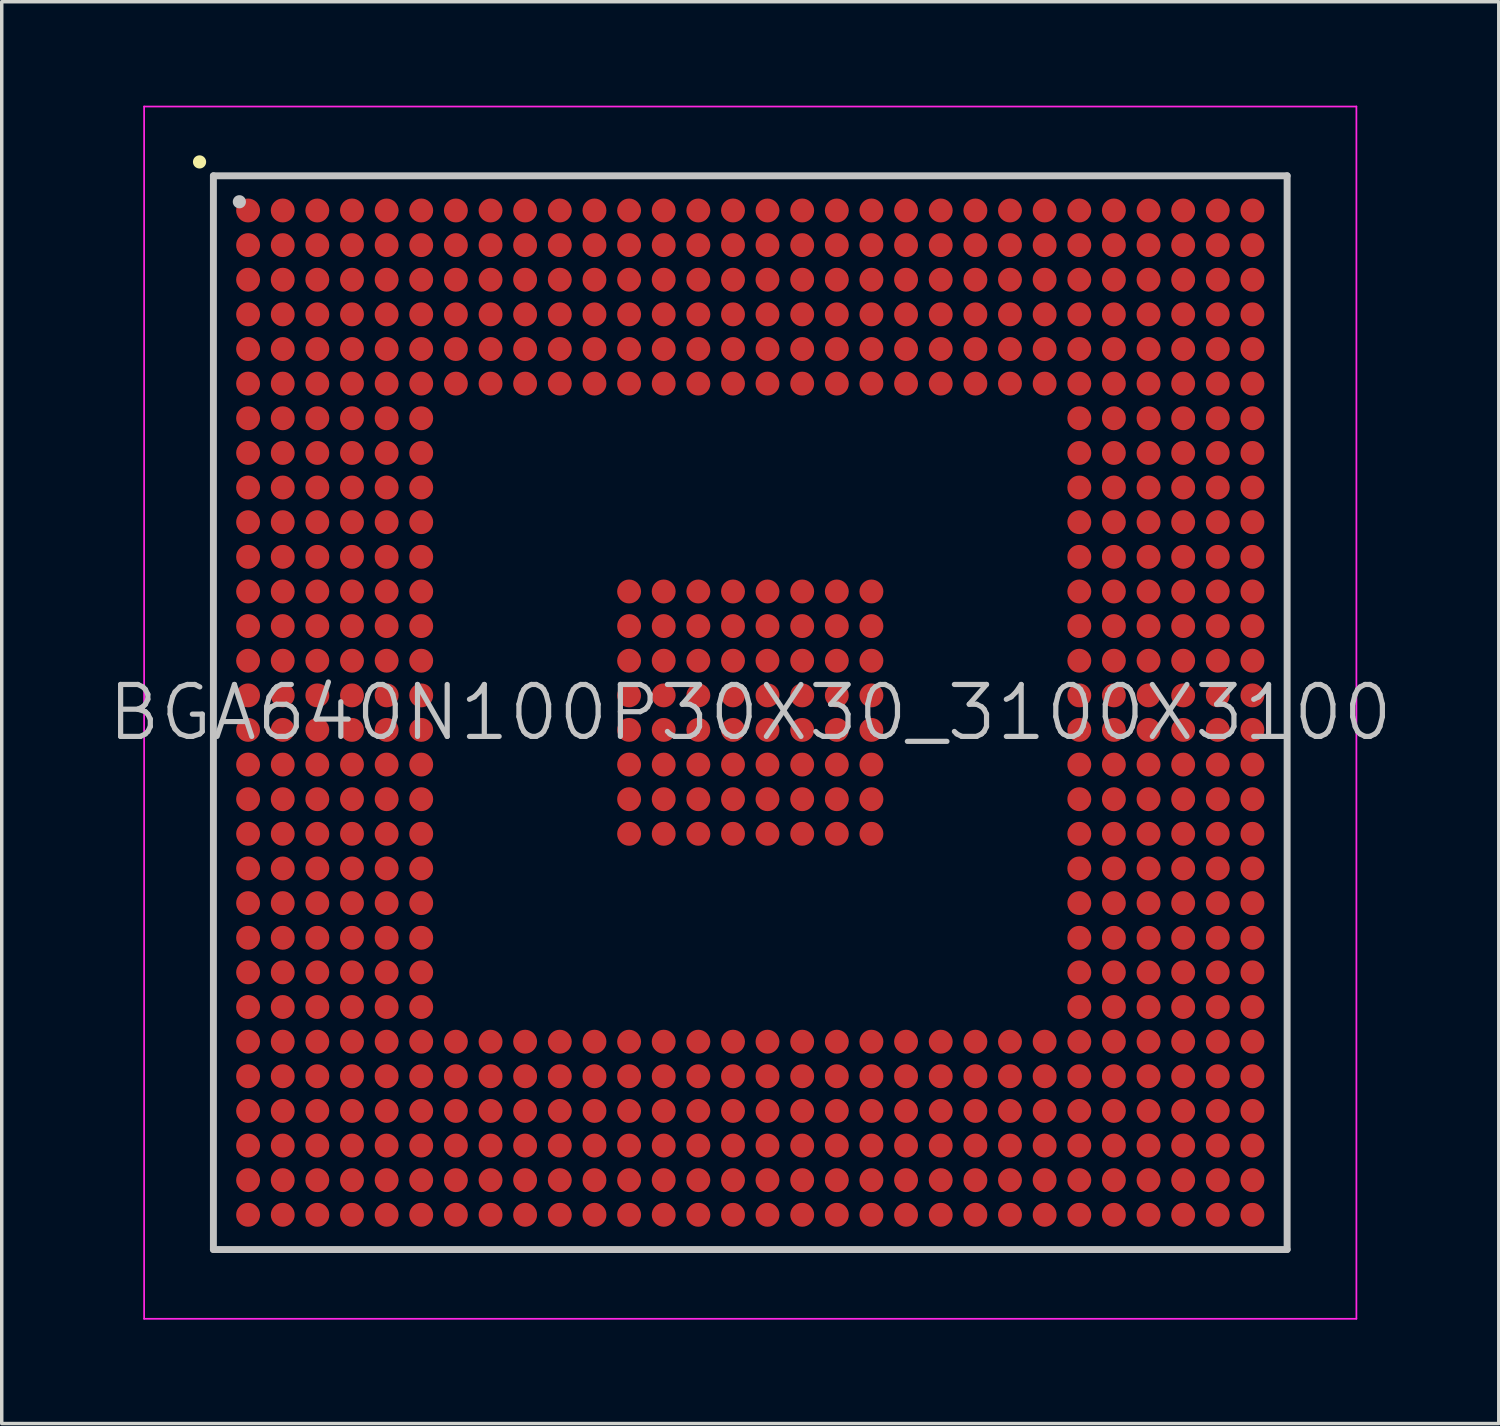
<source format=kicad_pcb>
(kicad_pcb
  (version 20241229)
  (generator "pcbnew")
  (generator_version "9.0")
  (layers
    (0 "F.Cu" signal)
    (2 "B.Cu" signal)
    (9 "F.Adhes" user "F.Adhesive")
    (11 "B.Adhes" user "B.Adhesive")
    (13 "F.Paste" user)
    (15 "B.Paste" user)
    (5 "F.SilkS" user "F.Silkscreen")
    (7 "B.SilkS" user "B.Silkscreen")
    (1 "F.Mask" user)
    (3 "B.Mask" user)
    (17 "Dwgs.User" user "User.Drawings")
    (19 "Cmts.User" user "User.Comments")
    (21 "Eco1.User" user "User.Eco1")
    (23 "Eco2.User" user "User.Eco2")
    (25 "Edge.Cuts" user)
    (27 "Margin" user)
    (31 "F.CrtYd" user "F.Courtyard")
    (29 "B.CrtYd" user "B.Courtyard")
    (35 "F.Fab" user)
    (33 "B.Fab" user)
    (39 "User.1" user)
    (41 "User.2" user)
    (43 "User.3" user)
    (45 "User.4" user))
  (footprint "BGA640N100P30X30_3100X3100"
    (layer "F.Cu")
    (at 18.611 17.525)
    (property "Reference" "BGA640N100P30X30_3100X3100" (at 0 0 0) (layer "Dwgs.User") (effects (font (size 1.5 1.5) (thickness 0.15))))
    (attr smd)
    (fp_line (start -15.9 -15.9) (end -15.9 -15.9) (stroke (width 0.381) (type solid)) (layer "F.SilkS"))
    (fp_line (start -15.5 -15.5) (end -15.5 15.5) (stroke (width 0.2) (type solid)) (layer "Dwgs.User"))
    (fp_line (start -15.5 -15.5) (end 15.5 -15.5) (stroke (width 0.2) (type solid)) (layer "Dwgs.User"))
    (fp_line (start -15.5 15.5) (end 15.5 15.5) (stroke (width 0.2) (type solid)) (layer "Dwgs.User"))
    (fp_line (start -14.75 -14.75) (end -14.75 -14.75) (stroke (width 0.381) (type solid)) (layer "Dwgs.User"))
    (fp_line (start 15.5 -15.5) (end 15.5 15.5) (stroke (width 0.2) (type solid)) (layer "Dwgs.User"))
    (fp_line (start -17.5 -17.5) (end -17.5 17.5) (stroke (width 0.05) (type solid)) (layer "F.CrtYd"))
    (fp_line (start -17.5 -17.5) (end 17.5 -17.5) (stroke (width 0.05) (type solid)) (layer "F.CrtYd"))
    (fp_line (start -17.5 17.5) (end 17.5 17.5) (stroke (width 0.05) (type solid)) (layer "F.CrtYd"))
    (fp_line (start 17.5 -17.5) (end 17.5 17.5) (stroke (width 0.05) (type solid)) (layer "F.CrtYd"))
    (pad "A1" smd circle (at -14.498 -14.498 270) (size 0.69 0.69) (layers "F.Cu" "F.Mask" "F.Paste"))
    (pad "A2" smd circle (at -13.498 -14.498 270) (size 0.69 0.69) (layers "F.Cu" "F.Mask" "F.Paste"))
    (pad "A3" smd circle (at -12.499 -14.498 270) (size 0.69 0.69) (layers "F.Cu" "F.Mask" "F.Paste"))
    (pad "A4" smd circle (at -11.499 -14.498 270) (size 0.69 0.69) (layers "F.Cu" "F.Mask" "F.Paste"))
    (pad "A5" smd circle (at -10.498 -14.498 270) (size 0.69 0.69) (layers "F.Cu" "F.Mask" "F.Paste"))
    (pad "A6" smd circle (at -9.5 -14.498 270) (size 0.69 0.69) (layers "F.Cu" "F.Mask" "F.Paste"))
    (pad "A7" smd circle (at -8.499 -14.498 270) (size 0.69 0.69) (layers "F.Cu" "F.Mask" "F.Paste"))
    (pad "A8" smd circle (at -7.498 -14.498 270) (size 0.69 0.69) (layers "F.Cu" "F.Mask" "F.Paste"))
    (pad "A9" smd circle (at -6.5 -14.498 270) (size 0.69 0.69) (layers "F.Cu" "F.Mask" "F.Paste"))
    (pad "A10" smd circle (at -5.499 -14.498 270) (size 0.69 0.69) (layers "F.Cu" "F.Mask" "F.Paste"))
    (pad "A11" smd circle (at -4.498 -14.498 270) (size 0.69 0.69) (layers "F.Cu" "F.Mask" "F.Paste"))
    (pad "A12" smd circle (at -3.498 -14.498 270) (size 0.69 0.69) (layers "F.Cu" "F.Mask" "F.Paste"))
    (pad "A13" smd circle (at -2.499 -14.498 270) (size 0.69 0.69) (layers "F.Cu" "F.Mask" "F.Paste"))
    (pad "A14" smd circle (at -1.499 -14.498 270) (size 0.69 0.69) (layers "F.Cu" "F.Mask" "F.Paste"))
    (pad "A15" smd circle (at -0.498 -14.498 270) (size 0.69 0.69) (layers "F.Cu" "F.Mask" "F.Paste"))
    (pad "A16" smd circle (at 0.498 -14.498 270) (size 0.69 0.69) (layers "F.Cu" "F.Mask" "F.Paste"))
    (pad "A17" smd circle (at 1.499 -14.498 270) (size 0.69 0.69) (layers "F.Cu" "F.Mask" "F.Paste"))
    (pad "A18" smd circle (at 2.499 -14.498 270) (size 0.69 0.69) (layers "F.Cu" "F.Mask" "F.Paste"))
    (pad "A19" smd circle (at 3.498 -14.498 270) (size 0.69 0.69) (layers "F.Cu" "F.Mask" "F.Paste"))
    (pad "A20" smd circle (at 4.498 -14.498 270) (size 0.69 0.69) (layers "F.Cu" "F.Mask" "F.Paste"))
    (pad "A21" smd circle (at 5.499 -14.498 270) (size 0.69 0.69) (layers "F.Cu" "F.Mask" "F.Paste"))
    (pad "A22" smd circle (at 6.5 -14.498 270) (size 0.69 0.69) (layers "F.Cu" "F.Mask" "F.Paste"))
    (pad "A23" smd circle (at 7.498 -14.498 270) (size 0.69 0.69) (layers "F.Cu" "F.Mask" "F.Paste"))
    (pad "A24" smd circle (at 8.499 -14.498 270) (size 0.69 0.69) (layers "F.Cu" "F.Mask" "F.Paste"))
    (pad "A25" smd circle (at 9.5 -14.498 270) (size 0.69 0.69) (layers "F.Cu" "F.Mask" "F.Paste"))
    (pad "A26" smd circle (at 10.498 -14.498 270) (size 0.69 0.69) (layers "F.Cu" "F.Mask" "F.Paste"))
    (pad "A27" smd circle (at 11.499 -14.498 270) (size 0.69 0.69) (layers "F.Cu" "F.Mask" "F.Paste"))
    (pad "A28" smd circle (at 12.499 -14.498 270) (size 0.69 0.69) (layers "F.Cu" "F.Mask" "F.Paste"))
    (pad "A29" smd circle (at 13.498 -14.498 270) (size 0.69 0.69) (layers "F.Cu" "F.Mask" "F.Paste"))
    (pad "A30" smd circle (at 14.498 -14.498 270) (size 0.69 0.69) (layers "F.Cu" "F.Mask" "F.Paste"))
    (pad "AA1" smd circle (at -14.498 5.499 270) (size 0.69 0.69) (layers "F.Cu" "F.Mask" "F.Paste"))
    (pad "AA2" smd circle (at -13.498 5.499 270) (size 0.69 0.69) (layers "F.Cu" "F.Mask" "F.Paste"))
    (pad "AA3" smd circle (at -12.499 5.499 270) (size 0.69 0.69) (layers "F.Cu" "F.Mask" "F.Paste"))
    (pad "AA4" smd circle (at -11.499 5.499 270) (size 0.69 0.69) (layers "F.Cu" "F.Mask" "F.Paste"))
    (pad "AA5" smd circle (at -10.498 5.499 270) (size 0.69 0.69) (layers "F.Cu" "F.Mask" "F.Paste"))
    (pad "AA6" smd circle (at -9.5 5.499 270) (size 0.69 0.69) (layers "F.Cu" "F.Mask" "F.Paste"))
    (pad "AA25" smd circle (at 9.5 5.499 270) (size 0.69 0.69) (layers "F.Cu" "F.Mask" "F.Paste"))
    (pad "AA26" smd circle (at 10.498 5.499 270) (size 0.69 0.69) (layers "F.Cu" "F.Mask" "F.Paste"))
    (pad "AA27" smd circle (at 11.499 5.499 270) (size 0.69 0.69) (layers "F.Cu" "F.Mask" "F.Paste"))
    (pad "AA28" smd circle (at 12.499 5.499 270) (size 0.69 0.69) (layers "F.Cu" "F.Mask" "F.Paste"))
    (pad "AA29" smd circle (at 13.498 5.499 270) (size 0.69 0.69) (layers "F.Cu" "F.Mask" "F.Paste"))
    (pad "AA30" smd circle (at 14.498 5.499 270) (size 0.69 0.69) (layers "F.Cu" "F.Mask" "F.Paste"))
    (pad "AB1" smd circle (at -14.498 6.5 270) (size 0.69 0.69) (layers "F.Cu" "F.Mask" "F.Paste"))
    (pad "AB2" smd circle (at -13.498 6.5 270) (size 0.69 0.69) (layers "F.Cu" "F.Mask" "F.Paste"))
    (pad "AB3" smd circle (at -12.499 6.5 270) (size 0.69 0.69) (layers "F.Cu" "F.Mask" "F.Paste"))
    (pad "AB4" smd circle (at -11.499 6.5 270) (size 0.69 0.69) (layers "F.Cu" "F.Mask" "F.Paste"))
    (pad "AB5" smd circle (at -10.498 6.5 270) (size 0.69 0.69) (layers "F.Cu" "F.Mask" "F.Paste"))
    (pad "AB6" smd circle (at -9.5 6.5 270) (size 0.69 0.69) (layers "F.Cu" "F.Mask" "F.Paste"))
    (pad "AB25" smd circle (at 9.5 6.5 270) (size 0.69 0.69) (layers "F.Cu" "F.Mask" "F.Paste"))
    (pad "AB26" smd circle (at 10.498 6.5 270) (size 0.69 0.69) (layers "F.Cu" "F.Mask" "F.Paste"))
    (pad "AB27" smd circle (at 11.499 6.5 270) (size 0.69 0.69) (layers "F.Cu" "F.Mask" "F.Paste"))
    (pad "AB28" smd circle (at 12.499 6.5 270) (size 0.69 0.69) (layers "F.Cu" "F.Mask" "F.Paste"))
    (pad "AB29" smd circle (at 13.498 6.5 270) (size 0.69 0.69) (layers "F.Cu" "F.Mask" "F.Paste"))
    (pad "AB30" smd circle (at 14.498 6.5 270) (size 0.69 0.69) (layers "F.Cu" "F.Mask" "F.Paste"))
    (pad "AC1" smd circle (at -14.498 7.498 270) (size 0.69 0.69) (layers "F.Cu" "F.Mask" "F.Paste"))
    (pad "AC2" smd circle (at -13.498 7.498 270) (size 0.69 0.69) (layers "F.Cu" "F.Mask" "F.Paste"))
    (pad "AC3" smd circle (at -12.499 7.498 270) (size 0.69 0.69) (layers "F.Cu" "F.Mask" "F.Paste"))
    (pad "AC4" smd circle (at -11.499 7.498 270) (size 0.69 0.69) (layers "F.Cu" "F.Mask" "F.Paste"))
    (pad "AC5" smd circle (at -10.498 7.498 270) (size 0.69 0.69) (layers "F.Cu" "F.Mask" "F.Paste"))
    (pad "AC6" smd circle (at -9.5 7.498 270) (size 0.69 0.69) (layers "F.Cu" "F.Mask" "F.Paste"))
    (pad "AC25" smd circle (at 9.5 7.498 270) (size 0.69 0.69) (layers "F.Cu" "F.Mask" "F.Paste"))
    (pad "AC26" smd circle (at 10.498 7.498 270) (size 0.69 0.69) (layers "F.Cu" "F.Mask" "F.Paste"))
    (pad "AC27" smd circle (at 11.499 7.498 270) (size 0.69 0.69) (layers "F.Cu" "F.Mask" "F.Paste"))
    (pad "AC28" smd circle (at 12.499 7.498 270) (size 0.69 0.69) (layers "F.Cu" "F.Mask" "F.Paste"))
    (pad "AC29" smd circle (at 13.498 7.498 270) (size 0.69 0.69) (layers "F.Cu" "F.Mask" "F.Paste"))
    (pad "AC30" smd circle (at 14.498 7.498 270) (size 0.69 0.69) (layers "F.Cu" "F.Mask" "F.Paste"))
    (pad "AD1" smd circle (at -14.498 8.499 270) (size 0.69 0.69) (layers "F.Cu" "F.Mask" "F.Paste"))
    (pad "AD2" smd circle (at -13.498 8.499 270) (size 0.69 0.69) (layers "F.Cu" "F.Mask" "F.Paste"))
    (pad "AD3" smd circle (at -12.499 8.499 270) (size 0.69 0.69) (layers "F.Cu" "F.Mask" "F.Paste"))
    (pad "AD4" smd circle (at -11.499 8.499 270) (size 0.69 0.69) (layers "F.Cu" "F.Mask" "F.Paste"))
    (pad "AD5" smd circle (at -10.498 8.499 270) (size 0.69 0.69) (layers "F.Cu" "F.Mask" "F.Paste"))
    (pad "AD6" smd circle (at -9.5 8.499 270) (size 0.69 0.69) (layers "F.Cu" "F.Mask" "F.Paste"))
    (pad "AD25" smd circle (at 9.5 8.499 270) (size 0.69 0.69) (layers "F.Cu" "F.Mask" "F.Paste"))
    (pad "AD26" smd circle (at 10.498 8.499 270) (size 0.69 0.69) (layers "F.Cu" "F.Mask" "F.Paste"))
    (pad "AD27" smd circle (at 11.499 8.499 270) (size 0.69 0.69) (layers "F.Cu" "F.Mask" "F.Paste"))
    (pad "AD28" smd circle (at 12.499 8.499 270) (size 0.69 0.69) (layers "F.Cu" "F.Mask" "F.Paste"))
    (pad "AD29" smd circle (at 13.498 8.499 270) (size 0.69 0.69) (layers "F.Cu" "F.Mask" "F.Paste"))
    (pad "AD30" smd circle (at 14.498 8.499 270) (size 0.69 0.69) (layers "F.Cu" "F.Mask" "F.Paste"))
    (pad "AE1" smd circle (at -14.498 9.5 270) (size 0.69 0.69) (layers "F.Cu" "F.Mask" "F.Paste"))
    (pad "AE2" smd circle (at -13.498 9.5 270) (size 0.69 0.69) (layers "F.Cu" "F.Mask" "F.Paste"))
    (pad "AE3" smd circle (at -12.499 9.5 270) (size 0.69 0.69) (layers "F.Cu" "F.Mask" "F.Paste"))
    (pad "AE4" smd circle (at -11.499 9.5 270) (size 0.69 0.69) (layers "F.Cu" "F.Mask" "F.Paste"))
    (pad "AE5" smd circle (at -10.498 9.5 270) (size 0.69 0.69) (layers "F.Cu" "F.Mask" "F.Paste"))
    (pad "AE6" smd circle (at -9.5 9.5 270) (size 0.69 0.69) (layers "F.Cu" "F.Mask" "F.Paste"))
    (pad "AE7" smd circle (at -8.499 9.5 270) (size 0.69 0.69) (layers "F.Cu" "F.Mask" "F.Paste"))
    (pad "AE8" smd circle (at -7.498 9.5 270) (size 0.69 0.69) (layers "F.Cu" "F.Mask" "F.Paste"))
    (pad "AE9" smd circle (at -6.5 9.5 270) (size 0.69 0.69) (layers "F.Cu" "F.Mask" "F.Paste"))
    (pad "AE10" smd circle (at -5.499 9.5 270) (size 0.69 0.69) (layers "F.Cu" "F.Mask" "F.Paste"))
    (pad "AE11" smd circle (at -4.498 9.5 270) (size 0.69 0.69) (layers "F.Cu" "F.Mask" "F.Paste"))
    (pad "AE12" smd circle (at -3.498 9.5 270) (size 0.69 0.69) (layers "F.Cu" "F.Mask" "F.Paste"))
    (pad "AE13" smd circle (at -2.499 9.5 270) (size 0.69 0.69) (layers "F.Cu" "F.Mask" "F.Paste"))
    (pad "AE14" smd circle (at -1.499 9.5 270) (size 0.69 0.69) (layers "F.Cu" "F.Mask" "F.Paste"))
    (pad "AE15" smd circle (at -0.498 9.5 270) (size 0.69 0.69) (layers "F.Cu" "F.Mask" "F.Paste"))
    (pad "AE16" smd circle (at 0.498 9.5 270) (size 0.69 0.69) (layers "F.Cu" "F.Mask" "F.Paste"))
    (pad "AE17" smd circle (at 1.499 9.5 270) (size 0.69 0.69) (layers "F.Cu" "F.Mask" "F.Paste"))
    (pad "AE18" smd circle (at 2.499 9.5 270) (size 0.69 0.69) (layers "F.Cu" "F.Mask" "F.Paste"))
    (pad "AE19" smd circle (at 3.498 9.5 270) (size 0.69 0.69) (layers "F.Cu" "F.Mask" "F.Paste"))
    (pad "AE20" smd circle (at 4.498 9.5 270) (size 0.69 0.69) (layers "F.Cu" "F.Mask" "F.Paste"))
    (pad "AE21" smd circle (at 5.499 9.5 270) (size 0.69 0.69) (layers "F.Cu" "F.Mask" "F.Paste"))
    (pad "AE22" smd circle (at 6.5 9.5 270) (size 0.69 0.69) (layers "F.Cu" "F.Mask" "F.Paste"))
    (pad "AE23" smd circle (at 7.498 9.5 270) (size 0.69 0.69) (layers "F.Cu" "F.Mask" "F.Paste"))
    (pad "AE24" smd circle (at 8.499 9.5 270) (size 0.69 0.69) (layers "F.Cu" "F.Mask" "F.Paste"))
    (pad "AE25" smd circle (at 9.5 9.5 270) (size 0.69 0.69) (layers "F.Cu" "F.Mask" "F.Paste"))
    (pad "AE26" smd circle (at 10.498 9.5 270) (size 0.69 0.69) (layers "F.Cu" "F.Mask" "F.Paste"))
    (pad "AE27" smd circle (at 11.499 9.5 270) (size 0.69 0.69) (layers "F.Cu" "F.Mask" "F.Paste"))
    (pad "AE28" smd circle (at 12.499 9.5 270) (size 0.69 0.69) (layers "F.Cu" "F.Mask" "F.Paste"))
    (pad "AE29" smd circle (at 13.498 9.5 270) (size 0.69 0.69) (layers "F.Cu" "F.Mask" "F.Paste"))
    (pad "AE30" smd circle (at 14.498 9.5 270) (size 0.69 0.69) (layers "F.Cu" "F.Mask" "F.Paste"))
    (pad "AF1" smd circle (at -14.498 10.498 270) (size 0.69 0.69) (layers "F.Cu" "F.Mask" "F.Paste"))
    (pad "AF2" smd circle (at -13.498 10.498 270) (size 0.69 0.69) (layers "F.Cu" "F.Mask" "F.Paste"))
    (pad "AF3" smd circle (at -12.499 10.498 270) (size 0.69 0.69) (layers "F.Cu" "F.Mask" "F.Paste"))
    (pad "AF4" smd circle (at -11.499 10.498 270) (size 0.69 0.69) (layers "F.Cu" "F.Mask" "F.Paste"))
    (pad "AF5" smd circle (at -10.498 10.498 270) (size 0.69 0.69) (layers "F.Cu" "F.Mask" "F.Paste"))
    (pad "AF6" smd circle (at -9.5 10.498 270) (size 0.69 0.69) (layers "F.Cu" "F.Mask" "F.Paste"))
    (pad "AF7" smd circle (at -8.499 10.498 270) (size 0.69 0.69) (layers "F.Cu" "F.Mask" "F.Paste"))
    (pad "AF8" smd circle (at -7.498 10.498 270) (size 0.69 0.69) (layers "F.Cu" "F.Mask" "F.Paste"))
    (pad "AF9" smd circle (at -6.5 10.498 270) (size 0.69 0.69) (layers "F.Cu" "F.Mask" "F.Paste"))
    (pad "AF10" smd circle (at -5.499 10.498 270) (size 0.69 0.69) (layers "F.Cu" "F.Mask" "F.Paste"))
    (pad "AF11" smd circle (at -4.498 10.498 270) (size 0.69 0.69) (layers "F.Cu" "F.Mask" "F.Paste"))
    (pad "AF12" smd circle (at -3.498 10.498 270) (size 0.69 0.69) (layers "F.Cu" "F.Mask" "F.Paste"))
    (pad "AF13" smd circle (at -2.499 10.498 270) (size 0.69 0.69) (layers "F.Cu" "F.Mask" "F.Paste"))
    (pad "AF14" smd circle (at -1.499 10.498 270) (size 0.69 0.69) (layers "F.Cu" "F.Mask" "F.Paste"))
    (pad "AF15" smd circle (at -0.498 10.498 270) (size 0.69 0.69) (layers "F.Cu" "F.Mask" "F.Paste"))
    (pad "AF16" smd circle (at 0.498 10.498 270) (size 0.69 0.69) (layers "F.Cu" "F.Mask" "F.Paste"))
    (pad "AF17" smd circle (at 1.499 10.498 270) (size 0.69 0.69) (layers "F.Cu" "F.Mask" "F.Paste"))
    (pad "AF18" smd circle (at 2.499 10.498 270) (size 0.69 0.69) (layers "F.Cu" "F.Mask" "F.Paste"))
    (pad "AF19" smd circle (at 3.498 10.498 270) (size 0.69 0.69) (layers "F.Cu" "F.Mask" "F.Paste"))
    (pad "AF20" smd circle (at 4.498 10.498 270) (size 0.69 0.69) (layers "F.Cu" "F.Mask" "F.Paste"))
    (pad "AF21" smd circle (at 5.499 10.498 270) (size 0.69 0.69) (layers "F.Cu" "F.Mask" "F.Paste"))
    (pad "AF22" smd circle (at 6.5 10.498 270) (size 0.69 0.69) (layers "F.Cu" "F.Mask" "F.Paste"))
    (pad "AF23" smd circle (at 7.498 10.498 270) (size 0.69 0.69) (layers "F.Cu" "F.Mask" "F.Paste"))
    (pad "AF24" smd circle (at 8.499 10.498 270) (size 0.69 0.69) (layers "F.Cu" "F.Mask" "F.Paste"))
    (pad "AF25" smd circle (at 9.5 10.498 270) (size 0.69 0.69) (layers "F.Cu" "F.Mask" "F.Paste"))
    (pad "AF26" smd circle (at 10.498 10.498 270) (size 0.69 0.69) (layers "F.Cu" "F.Mask" "F.Paste"))
    (pad "AF27" smd circle (at 11.499 10.498 270) (size 0.69 0.69) (layers "F.Cu" "F.Mask" "F.Paste"))
    (pad "AF28" smd circle (at 12.499 10.498 270) (size 0.69 0.69) (layers "F.Cu" "F.Mask" "F.Paste"))
    (pad "AF29" smd circle (at 13.498 10.498 270) (size 0.69 0.69) (layers "F.Cu" "F.Mask" "F.Paste"))
    (pad "AF30" smd circle (at 14.498 10.498 270) (size 0.69 0.69) (layers "F.Cu" "F.Mask" "F.Paste"))
    (pad "AG1" smd circle (at -14.498 11.499 270) (size 0.69 0.69) (layers "F.Cu" "F.Mask" "F.Paste"))
    (pad "AG2" smd circle (at -13.498 11.499 270) (size 0.69 0.69) (layers "F.Cu" "F.Mask" "F.Paste"))
    (pad "AG3" smd circle (at -12.499 11.499 270) (size 0.69 0.69) (layers "F.Cu" "F.Mask" "F.Paste"))
    (pad "AG4" smd circle (at -11.499 11.499 270) (size 0.69 0.69) (layers "F.Cu" "F.Mask" "F.Paste"))
    (pad "AG5" smd circle (at -10.498 11.499 270) (size 0.69 0.69) (layers "F.Cu" "F.Mask" "F.Paste"))
    (pad "AG6" smd circle (at -9.5 11.499 270) (size 0.69 0.69) (layers "F.Cu" "F.Mask" "F.Paste"))
    (pad "AG7" smd circle (at -8.499 11.499 270) (size 0.69 0.69) (layers "F.Cu" "F.Mask" "F.Paste"))
    (pad "AG8" smd circle (at -7.498 11.499 270) (size 0.69 0.69) (layers "F.Cu" "F.Mask" "F.Paste"))
    (pad "AG9" smd circle (at -6.5 11.499 270) (size 0.69 0.69) (layers "F.Cu" "F.Mask" "F.Paste"))
    (pad "AG10" smd circle (at -5.499 11.499 270) (size 0.69 0.69) (layers "F.Cu" "F.Mask" "F.Paste"))
    (pad "AG11" smd circle (at -4.498 11.499 270) (size 0.69 0.69) (layers "F.Cu" "F.Mask" "F.Paste"))
    (pad "AG12" smd circle (at -3.498 11.499 270) (size 0.69 0.69) (layers "F.Cu" "F.Mask" "F.Paste"))
    (pad "AG13" smd circle (at -2.499 11.499 270) (size 0.69 0.69) (layers "F.Cu" "F.Mask" "F.Paste"))
    (pad "AG14" smd circle (at -1.499 11.499 270) (size 0.69 0.69) (layers "F.Cu" "F.Mask" "F.Paste"))
    (pad "AG15" smd circle (at -0.498 11.499 270) (size 0.69 0.69) (layers "F.Cu" "F.Mask" "F.Paste"))
    (pad "AG16" smd circle (at 0.498 11.499 270) (size 0.69 0.69) (layers "F.Cu" "F.Mask" "F.Paste"))
    (pad "AG17" smd circle (at 1.499 11.499 270) (size 0.69 0.69) (layers "F.Cu" "F.Mask" "F.Paste"))
    (pad "AG18" smd circle (at 2.499 11.499 270) (size 0.69 0.69) (layers "F.Cu" "F.Mask" "F.Paste"))
    (pad "AG19" smd circle (at 3.498 11.499 270) (size 0.69 0.69) (layers "F.Cu" "F.Mask" "F.Paste"))
    (pad "AG20" smd circle (at 4.498 11.499 270) (size 0.69 0.69) (layers "F.Cu" "F.Mask" "F.Paste"))
    (pad "AG21" smd circle (at 5.499 11.499 270) (size 0.69 0.69) (layers "F.Cu" "F.Mask" "F.Paste"))
    (pad "AG22" smd circle (at 6.5 11.499 270) (size 0.69 0.69) (layers "F.Cu" "F.Mask" "F.Paste"))
    (pad "AG23" smd circle (at 7.498 11.499 270) (size 0.69 0.69) (layers "F.Cu" "F.Mask" "F.Paste"))
    (pad "AG24" smd circle (at 8.499 11.499 270) (size 0.69 0.69) (layers "F.Cu" "F.Mask" "F.Paste"))
    (pad "AG25" smd circle (at 9.5 11.499 270) (size 0.69 0.69) (layers "F.Cu" "F.Mask" "F.Paste"))
    (pad "AG26" smd circle (at 10.498 11.499 270) (size 0.69 0.69) (layers "F.Cu" "F.Mask" "F.Paste"))
    (pad "AG27" smd circle (at 11.499 11.499 270) (size 0.69 0.69) (layers "F.Cu" "F.Mask" "F.Paste"))
    (pad "AG28" smd circle (at 12.499 11.499 270) (size 0.69 0.69) (layers "F.Cu" "F.Mask" "F.Paste"))
    (pad "AG29" smd circle (at 13.498 11.499 270) (size 0.69 0.69) (layers "F.Cu" "F.Mask" "F.Paste"))
    (pad "AG30" smd circle (at 14.498 11.499 270) (size 0.69 0.69) (layers "F.Cu" "F.Mask" "F.Paste"))
    (pad "AH1" smd circle (at -14.498 12.499 270) (size 0.69 0.69) (layers "F.Cu" "F.Mask" "F.Paste"))
    (pad "AH2" smd circle (at -13.498 12.499 270) (size 0.69 0.69) (layers "F.Cu" "F.Mask" "F.Paste"))
    (pad "AH3" smd circle (at -12.499 12.499 270) (size 0.69 0.69) (layers "F.Cu" "F.Mask" "F.Paste"))
    (pad "AH4" smd circle (at -11.499 12.499 270) (size 0.69 0.69) (layers "F.Cu" "F.Mask" "F.Paste"))
    (pad "AH5" smd circle (at -10.498 12.499 270) (size 0.69 0.69) (layers "F.Cu" "F.Mask" "F.Paste"))
    (pad "AH6" smd circle (at -9.5 12.499 270) (size 0.69 0.69) (layers "F.Cu" "F.Mask" "F.Paste"))
    (pad "AH7" smd circle (at -8.499 12.499 270) (size 0.69 0.69) (layers "F.Cu" "F.Mask" "F.Paste"))
    (pad "AH8" smd circle (at -7.498 12.499 270) (size 0.69 0.69) (layers "F.Cu" "F.Mask" "F.Paste"))
    (pad "AH9" smd circle (at -6.5 12.499 270) (size 0.69 0.69) (layers "F.Cu" "F.Mask" "F.Paste"))
    (pad "AH10" smd circle (at -5.499 12.499 270) (size 0.69 0.69) (layers "F.Cu" "F.Mask" "F.Paste"))
    (pad "AH11" smd circle (at -4.498 12.499 270) (size 0.69 0.69) (layers "F.Cu" "F.Mask" "F.Paste"))
    (pad "AH12" smd circle (at -3.498 12.499 270) (size 0.69 0.69) (layers "F.Cu" "F.Mask" "F.Paste"))
    (pad "AH13" smd circle (at -2.499 12.499 270) (size 0.69 0.69) (layers "F.Cu" "F.Mask" "F.Paste"))
    (pad "AH14" smd circle (at -1.499 12.499 270) (size 0.69 0.69) (layers "F.Cu" "F.Mask" "F.Paste"))
    (pad "AH15" smd circle (at -0.498 12.499 270) (size 0.69 0.69) (layers "F.Cu" "F.Mask" "F.Paste"))
    (pad "AH16" smd circle (at 0.498 12.499 270) (size 0.69 0.69) (layers "F.Cu" "F.Mask" "F.Paste"))
    (pad "AH17" smd circle (at 1.499 12.499 270) (size 0.69 0.69) (layers "F.Cu" "F.Mask" "F.Paste"))
    (pad "AH18" smd circle (at 2.499 12.499 270) (size 0.69 0.69) (layers "F.Cu" "F.Mask" "F.Paste"))
    (pad "AH19" smd circle (at 3.498 12.499 270) (size 0.69 0.69) (layers "F.Cu" "F.Mask" "F.Paste"))
    (pad "AH20" smd circle (at 4.498 12.499 270) (size 0.69 0.69) (layers "F.Cu" "F.Mask" "F.Paste"))
    (pad "AH21" smd circle (at 5.499 12.499 270) (size 0.69 0.69) (layers "F.Cu" "F.Mask" "F.Paste"))
    (pad "AH22" smd circle (at 6.5 12.499 270) (size 0.69 0.69) (layers "F.Cu" "F.Mask" "F.Paste"))
    (pad "AH23" smd circle (at 7.498 12.499 270) (size 0.69 0.69) (layers "F.Cu" "F.Mask" "F.Paste"))
    (pad "AH24" smd circle (at 8.499 12.499 270) (size 0.69 0.69) (layers "F.Cu" "F.Mask" "F.Paste"))
    (pad "AH25" smd circle (at 9.5 12.499 270) (size 0.69 0.69) (layers "F.Cu" "F.Mask" "F.Paste"))
    (pad "AH26" smd circle (at 10.498 12.499 270) (size 0.69 0.69) (layers "F.Cu" "F.Mask" "F.Paste"))
    (pad "AH27" smd circle (at 11.499 12.499 270) (size 0.69 0.69) (layers "F.Cu" "F.Mask" "F.Paste"))
    (pad "AH28" smd circle (at 12.499 12.499 270) (size 0.69 0.69) (layers "F.Cu" "F.Mask" "F.Paste"))
    (pad "AH29" smd circle (at 13.498 12.499 270) (size 0.69 0.69) (layers "F.Cu" "F.Mask" "F.Paste"))
    (pad "AH30" smd circle (at 14.498 12.499 270) (size 0.69 0.69) (layers "F.Cu" "F.Mask" "F.Paste"))
    (pad "AJ1" smd circle (at -14.498 13.498 270) (size 0.69 0.69) (layers "F.Cu" "F.Mask" "F.Paste"))
    (pad "AJ2" smd circle (at -13.498 13.498 270) (size 0.69 0.69) (layers "F.Cu" "F.Mask" "F.Paste"))
    (pad "AJ3" smd circle (at -12.499 13.498 270) (size 0.69 0.69) (layers "F.Cu" "F.Mask" "F.Paste"))
    (pad "AJ4" smd circle (at -11.499 13.498 270) (size 0.69 0.69) (layers "F.Cu" "F.Mask" "F.Paste"))
    (pad "AJ5" smd circle (at -10.498 13.498 270) (size 0.69 0.69) (layers "F.Cu" "F.Mask" "F.Paste"))
    (pad "AJ6" smd circle (at -9.5 13.498 270) (size 0.69 0.69) (layers "F.Cu" "F.Mask" "F.Paste"))
    (pad "AJ7" smd circle (at -8.499 13.498 270) (size 0.69 0.69) (layers "F.Cu" "F.Mask" "F.Paste"))
    (pad "AJ8" smd circle (at -7.498 13.498 270) (size 0.69 0.69) (layers "F.Cu" "F.Mask" "F.Paste"))
    (pad "AJ9" smd circle (at -6.5 13.498 270) (size 0.69 0.69) (layers "F.Cu" "F.Mask" "F.Paste"))
    (pad "AJ10" smd circle (at -5.499 13.498 270) (size 0.69 0.69) (layers "F.Cu" "F.Mask" "F.Paste"))
    (pad "AJ11" smd circle (at -4.498 13.498 270) (size 0.69 0.69) (layers "F.Cu" "F.Mask" "F.Paste"))
    (pad "AJ12" smd circle (at -3.498 13.498 270) (size 0.69 0.69) (layers "F.Cu" "F.Mask" "F.Paste"))
    (pad "AJ13" smd circle (at -2.499 13.498 270) (size 0.69 0.69) (layers "F.Cu" "F.Mask" "F.Paste"))
    (pad "AJ14" smd circle (at -1.499 13.498 270) (size 0.69 0.69) (layers "F.Cu" "F.Mask" "F.Paste"))
    (pad "AJ15" smd circle (at -0.498 13.498 270) (size 0.69 0.69) (layers "F.Cu" "F.Mask" "F.Paste"))
    (pad "AJ16" smd circle (at 0.498 13.498 270) (size 0.69 0.69) (layers "F.Cu" "F.Mask" "F.Paste"))
    (pad "AJ17" smd circle (at 1.499 13.498 270) (size 0.69 0.69) (layers "F.Cu" "F.Mask" "F.Paste"))
    (pad "AJ18" smd circle (at 2.499 13.498 270) (size 0.69 0.69) (layers "F.Cu" "F.Mask" "F.Paste"))
    (pad "AJ19" smd circle (at 3.498 13.498 270) (size 0.69 0.69) (layers "F.Cu" "F.Mask" "F.Paste"))
    (pad "AJ20" smd circle (at 4.498 13.498 270) (size 0.69 0.69) (layers "F.Cu" "F.Mask" "F.Paste"))
    (pad "AJ21" smd circle (at 5.499 13.498 270) (size 0.69 0.69) (layers "F.Cu" "F.Mask" "F.Paste"))
    (pad "AJ22" smd circle (at 6.5 13.498 270) (size 0.69 0.69) (layers "F.Cu" "F.Mask" "F.Paste"))
    (pad "AJ23" smd circle (at 7.498 13.498 270) (size 0.69 0.69) (layers "F.Cu" "F.Mask" "F.Paste"))
    (pad "AJ24" smd circle (at 8.499 13.498 270) (size 0.69 0.69) (layers "F.Cu" "F.Mask" "F.Paste"))
    (pad "AJ25" smd circle (at 9.5 13.498 270) (size 0.69 0.69) (layers "F.Cu" "F.Mask" "F.Paste"))
    (pad "AJ26" smd circle (at 10.498 13.498 270) (size 0.69 0.69) (layers "F.Cu" "F.Mask" "F.Paste"))
    (pad "AJ27" smd circle (at 11.499 13.498 270) (size 0.69 0.69) (layers "F.Cu" "F.Mask" "F.Paste"))
    (pad "AJ28" smd circle (at 12.499 13.498 270) (size 0.69 0.69) (layers "F.Cu" "F.Mask" "F.Paste"))
    (pad "AJ29" smd circle (at 13.498 13.498 270) (size 0.69 0.69) (layers "F.Cu" "F.Mask" "F.Paste"))
    (pad "AJ30" smd circle (at 14.498 13.498 270) (size 0.69 0.69) (layers "F.Cu" "F.Mask" "F.Paste"))
    (pad "AK1" smd circle (at -14.498 14.498 270) (size 0.69 0.69) (layers "F.Cu" "F.Mask" "F.Paste"))
    (pad "AK2" smd circle (at -13.498 14.498 270) (size 0.69 0.69) (layers "F.Cu" "F.Mask" "F.Paste"))
    (pad "AK3" smd circle (at -12.499 14.498 270) (size 0.69 0.69) (layers "F.Cu" "F.Mask" "F.Paste"))
    (pad "AK4" smd circle (at -11.499 14.498 270) (size 0.69 0.69) (layers "F.Cu" "F.Mask" "F.Paste"))
    (pad "AK5" smd circle (at -10.498 14.498 270) (size 0.69 0.69) (layers "F.Cu" "F.Mask" "F.Paste"))
    (pad "AK6" smd circle (at -9.5 14.498 270) (size 0.69 0.69) (layers "F.Cu" "F.Mask" "F.Paste"))
    (pad "AK7" smd circle (at -8.499 14.498 270) (size 0.69 0.69) (layers "F.Cu" "F.Mask" "F.Paste"))
    (pad "AK8" smd circle (at -7.498 14.498 270) (size 0.69 0.69) (layers "F.Cu" "F.Mask" "F.Paste"))
    (pad "AK9" smd circle (at -6.5 14.498 270) (size 0.69 0.69) (layers "F.Cu" "F.Mask" "F.Paste"))
    (pad "AK10" smd circle (at -5.499 14.498 270) (size 0.69 0.69) (layers "F.Cu" "F.Mask" "F.Paste"))
    (pad "AK11" smd circle (at -4.498 14.498 270) (size 0.69 0.69) (layers "F.Cu" "F.Mask" "F.Paste"))
    (pad "AK12" smd circle (at -3.498 14.498 270) (size 0.69 0.69) (layers "F.Cu" "F.Mask" "F.Paste"))
    (pad "AK13" smd circle (at -2.499 14.498 270) (size 0.69 0.69) (layers "F.Cu" "F.Mask" "F.Paste"))
    (pad "AK14" smd circle (at -1.499 14.498 270) (size 0.69 0.69) (layers "F.Cu" "F.Mask" "F.Paste"))
    (pad "AK15" smd circle (at -0.498 14.498 270) (size 0.69 0.69) (layers "F.Cu" "F.Mask" "F.Paste"))
    (pad "AK16" smd circle (at 0.498 14.498 270) (size 0.69 0.69) (layers "F.Cu" "F.Mask" "F.Paste"))
    (pad "AK17" smd circle (at 1.499 14.498 270) (size 0.69 0.69) (layers "F.Cu" "F.Mask" "F.Paste"))
    (pad "AK18" smd circle (at 2.499 14.498 270) (size 0.69 0.69) (layers "F.Cu" "F.Mask" "F.Paste"))
    (pad "AK19" smd circle (at 3.498 14.498 270) (size 0.69 0.69) (layers "F.Cu" "F.Mask" "F.Paste"))
    (pad "AK20" smd circle (at 4.498 14.498 270) (size 0.69 0.69) (layers "F.Cu" "F.Mask" "F.Paste"))
    (pad "AK21" smd circle (at 5.499 14.498 270) (size 0.69 0.69) (layers "F.Cu" "F.Mask" "F.Paste"))
    (pad "AK22" smd circle (at 6.5 14.498 270) (size 0.69 0.69) (layers "F.Cu" "F.Mask" "F.Paste"))
    (pad "AK23" smd circle (at 7.498 14.498 270) (size 0.69 0.69) (layers "F.Cu" "F.Mask" "F.Paste"))
    (pad "AK24" smd circle (at 8.499 14.498 270) (size 0.69 0.69) (layers "F.Cu" "F.Mask" "F.Paste"))
    (pad "AK25" smd circle (at 9.5 14.498 270) (size 0.69 0.69) (layers "F.Cu" "F.Mask" "F.Paste"))
    (pad "AK26" smd circle (at 10.498 14.498 270) (size 0.69 0.69) (layers "F.Cu" "F.Mask" "F.Paste"))
    (pad "AK27" smd circle (at 11.499 14.498 270) (size 0.69 0.69) (layers "F.Cu" "F.Mask" "F.Paste"))
    (pad "AK28" smd circle (at 12.499 14.498 270) (size 0.69 0.69) (layers "F.Cu" "F.Mask" "F.Paste"))
    (pad "AK29" smd circle (at 13.498 14.498 270) (size 0.69 0.69) (layers "F.Cu" "F.Mask" "F.Paste"))
    (pad "AK30" smd circle (at 14.498 14.498 270) (size 0.69 0.69) (layers "F.Cu" "F.Mask" "F.Paste"))
    (pad "B1" smd circle (at -14.498 -13.498 270) (size 0.69 0.69) (layers "F.Cu" "F.Mask" "F.Paste"))
    (pad "B2" smd circle (at -13.498 -13.498 270) (size 0.69 0.69) (layers "F.Cu" "F.Mask" "F.Paste"))
    (pad "B3" smd circle (at -12.499 -13.498 270) (size 0.69 0.69) (layers "F.Cu" "F.Mask" "F.Paste"))
    (pad "B4" smd circle (at -11.499 -13.498 270) (size 0.69 0.69) (layers "F.Cu" "F.Mask" "F.Paste"))
    (pad "B5" smd circle (at -10.498 -13.498 270) (size 0.69 0.69) (layers "F.Cu" "F.Mask" "F.Paste"))
    (pad "B6" smd circle (at -9.5 -13.498 270) (size 0.69 0.69) (layers "F.Cu" "F.Mask" "F.Paste"))
    (pad "B7" smd circle (at -8.499 -13.498 270) (size 0.69 0.69) (layers "F.Cu" "F.Mask" "F.Paste"))
    (pad "B8" smd circle (at -7.498 -13.498 270) (size 0.69 0.69) (layers "F.Cu" "F.Mask" "F.Paste"))
    (pad "B9" smd circle (at -6.5 -13.498 270) (size 0.69 0.69) (layers "F.Cu" "F.Mask" "F.Paste"))
    (pad "B10" smd circle (at -5.499 -13.498 270) (size 0.69 0.69) (layers "F.Cu" "F.Mask" "F.Paste"))
    (pad "B11" smd circle (at -4.498 -13.498 270) (size 0.69 0.69) (layers "F.Cu" "F.Mask" "F.Paste"))
    (pad "B12" smd circle (at -3.498 -13.498 270) (size 0.69 0.69) (layers "F.Cu" "F.Mask" "F.Paste"))
    (pad "B13" smd circle (at -2.499 -13.498 270) (size 0.69 0.69) (layers "F.Cu" "F.Mask" "F.Paste"))
    (pad "B14" smd circle (at -1.499 -13.498 270) (size 0.69 0.69) (layers "F.Cu" "F.Mask" "F.Paste"))
    (pad "B15" smd circle (at -0.498 -13.498 270) (size 0.69 0.69) (layers "F.Cu" "F.Mask" "F.Paste"))
    (pad "B16" smd circle (at 0.498 -13.498 270) (size 0.69 0.69) (layers "F.Cu" "F.Mask" "F.Paste"))
    (pad "B17" smd circle (at 1.499 -13.498 270) (size 0.69 0.69) (layers "F.Cu" "F.Mask" "F.Paste"))
    (pad "B18" smd circle (at 2.499 -13.498 270) (size 0.69 0.69) (layers "F.Cu" "F.Mask" "F.Paste"))
    (pad "B19" smd circle (at 3.498 -13.498 270) (size 0.69 0.69) (layers "F.Cu" "F.Mask" "F.Paste"))
    (pad "B20" smd circle (at 4.498 -13.498 270) (size 0.69 0.69) (layers "F.Cu" "F.Mask" "F.Paste"))
    (pad "B21" smd circle (at 5.499 -13.498 270) (size 0.69 0.69) (layers "F.Cu" "F.Mask" "F.Paste"))
    (pad "B22" smd circle (at 6.5 -13.498 270) (size 0.69 0.69) (layers "F.Cu" "F.Mask" "F.Paste"))
    (pad "B23" smd circle (at 7.498 -13.498 270) (size 0.69 0.69) (layers "F.Cu" "F.Mask" "F.Paste"))
    (pad "B24" smd circle (at 8.499 -13.498 270) (size 0.69 0.69) (layers "F.Cu" "F.Mask" "F.Paste"))
    (pad "B25" smd circle (at 9.5 -13.498 270) (size 0.69 0.69) (layers "F.Cu" "F.Mask" "F.Paste"))
    (pad "B26" smd circle (at 10.498 -13.498 270) (size 0.69 0.69) (layers "F.Cu" "F.Mask" "F.Paste"))
    (pad "B27" smd circle (at 11.499 -13.498 270) (size 0.69 0.69) (layers "F.Cu" "F.Mask" "F.Paste"))
    (pad "B28" smd circle (at 12.499 -13.498 270) (size 0.69 0.69) (layers "F.Cu" "F.Mask" "F.Paste"))
    (pad "B29" smd circle (at 13.498 -13.498 270) (size 0.69 0.69) (layers "F.Cu" "F.Mask" "F.Paste"))
    (pad "B30" smd circle (at 14.498 -13.498 270) (size 0.69 0.69) (layers "F.Cu" "F.Mask" "F.Paste"))
    (pad "C1" smd circle (at -14.498 -12.499 270) (size 0.69 0.69) (layers "F.Cu" "F.Mask" "F.Paste"))
    (pad "C2" smd circle (at -13.498 -12.499 270) (size 0.69 0.69) (layers "F.Cu" "F.Mask" "F.Paste"))
    (pad "C3" smd circle (at -12.499 -12.499 270) (size 0.69 0.69) (layers "F.Cu" "F.Mask" "F.Paste"))
    (pad "C4" smd circle (at -11.499 -12.499 270) (size 0.69 0.69) (layers "F.Cu" "F.Mask" "F.Paste"))
    (pad "C5" smd circle (at -10.498 -12.499 270) (size 0.69 0.69) (layers "F.Cu" "F.Mask" "F.Paste"))
    (pad "C6" smd circle (at -9.5 -12.499 270) (size 0.69 0.69) (layers "F.Cu" "F.Mask" "F.Paste"))
    (pad "C7" smd circle (at -8.499 -12.499 270) (size 0.69 0.69) (layers "F.Cu" "F.Mask" "F.Paste"))
    (pad "C8" smd circle (at -7.498 -12.499 270) (size 0.69 0.69) (layers "F.Cu" "F.Mask" "F.Paste"))
    (pad "C9" smd circle (at -6.5 -12.499 270) (size 0.69 0.69) (layers "F.Cu" "F.Mask" "F.Paste"))
    (pad "C10" smd circle (at -5.499 -12.499 270) (size 0.69 0.69) (layers "F.Cu" "F.Mask" "F.Paste"))
    (pad "C11" smd circle (at -4.498 -12.499 270) (size 0.69 0.69) (layers "F.Cu" "F.Mask" "F.Paste"))
    (pad "C12" smd circle (at -3.498 -12.499 270) (size 0.69 0.69) (layers "F.Cu" "F.Mask" "F.Paste"))
    (pad "C13" smd circle (at -2.499 -12.499 270) (size 0.69 0.69) (layers "F.Cu" "F.Mask" "F.Paste"))
    (pad "C14" smd circle (at -1.499 -12.499 270) (size 0.69 0.69) (layers "F.Cu" "F.Mask" "F.Paste"))
    (pad "C15" smd circle (at -0.498 -12.499 270) (size 0.69 0.69) (layers "F.Cu" "F.Mask" "F.Paste"))
    (pad "C16" smd circle (at 0.498 -12.499 270) (size 0.69 0.69) (layers "F.Cu" "F.Mask" "F.Paste"))
    (pad "C17" smd circle (at 1.499 -12.499 270) (size 0.69 0.69) (layers "F.Cu" "F.Mask" "F.Paste"))
    (pad "C18" smd circle (at 2.499 -12.499 270) (size 0.69 0.69) (layers "F.Cu" "F.Mask" "F.Paste"))
    (pad "C19" smd circle (at 3.498 -12.499 270) (size 0.69 0.69) (layers "F.Cu" "F.Mask" "F.Paste"))
    (pad "C20" smd circle (at 4.498 -12.499 270) (size 0.69 0.69) (layers "F.Cu" "F.Mask" "F.Paste"))
    (pad "C21" smd circle (at 5.499 -12.499 270) (size 0.69 0.69) (layers "F.Cu" "F.Mask" "F.Paste"))
    (pad "C22" smd circle (at 6.5 -12.499 270) (size 0.69 0.69) (layers "F.Cu" "F.Mask" "F.Paste"))
    (pad "C23" smd circle (at 7.498 -12.499 270) (size 0.69 0.69) (layers "F.Cu" "F.Mask" "F.Paste"))
    (pad "C24" smd circle (at 8.499 -12.499 270) (size 0.69 0.69) (layers "F.Cu" "F.Mask" "F.Paste"))
    (pad "C25" smd circle (at 9.5 -12.499 270) (size 0.69 0.69) (layers "F.Cu" "F.Mask" "F.Paste"))
    (pad "C26" smd circle (at 10.498 -12.499 270) (size 0.69 0.69) (layers "F.Cu" "F.Mask" "F.Paste"))
    (pad "C27" smd circle (at 11.499 -12.499 270) (size 0.69 0.69) (layers "F.Cu" "F.Mask" "F.Paste"))
    (pad "C28" smd circle (at 12.499 -12.499 270) (size 0.69 0.69) (layers "F.Cu" "F.Mask" "F.Paste"))
    (pad "C29" smd circle (at 13.498 -12.499 270) (size 0.69 0.69) (layers "F.Cu" "F.Mask" "F.Paste"))
    (pad "C30" smd circle (at 14.498 -12.499 270) (size 0.69 0.69) (layers "F.Cu" "F.Mask" "F.Paste"))
    (pad "D1" smd circle (at -14.498 -11.499 270) (size 0.69 0.69) (layers "F.Cu" "F.Mask" "F.Paste"))
    (pad "D2" smd circle (at -13.498 -11.499 270) (size 0.69 0.69) (layers "F.Cu" "F.Mask" "F.Paste"))
    (pad "D3" smd circle (at -12.499 -11.499 270) (size 0.69 0.69) (layers "F.Cu" "F.Mask" "F.Paste"))
    (pad "D4" smd circle (at -11.499 -11.499 270) (size 0.69 0.69) (layers "F.Cu" "F.Mask" "F.Paste"))
    (pad "D5" smd circle (at -10.498 -11.499 270) (size 0.69 0.69) (layers "F.Cu" "F.Mask" "F.Paste"))
    (pad "D6" smd circle (at -9.5 -11.499 270) (size 0.69 0.69) (layers "F.Cu" "F.Mask" "F.Paste"))
    (pad "D7" smd circle (at -8.499 -11.499 270) (size 0.69 0.69) (layers "F.Cu" "F.Mask" "F.Paste"))
    (pad "D8" smd circle (at -7.498 -11.499 270) (size 0.69 0.69) (layers "F.Cu" "F.Mask" "F.Paste"))
    (pad "D9" smd circle (at -6.5 -11.499 270) (size 0.69 0.69) (layers "F.Cu" "F.Mask" "F.Paste"))
    (pad "D10" smd circle (at -5.499 -11.499 270) (size 0.69 0.69) (layers "F.Cu" "F.Mask" "F.Paste"))
    (pad "D11" smd circle (at -4.498 -11.499 270) (size 0.69 0.69) (layers "F.Cu" "F.Mask" "F.Paste"))
    (pad "D12" smd circle (at -3.498 -11.499 270) (size 0.69 0.69) (layers "F.Cu" "F.Mask" "F.Paste"))
    (pad "D13" smd circle (at -2.499 -11.499 270) (size 0.69 0.69) (layers "F.Cu" "F.Mask" "F.Paste"))
    (pad "D14" smd circle (at -1.499 -11.499 270) (size 0.69 0.69) (layers "F.Cu" "F.Mask" "F.Paste"))
    (pad "D15" smd circle (at -0.498 -11.499 270) (size 0.69 0.69) (layers "F.Cu" "F.Mask" "F.Paste"))
    (pad "D16" smd circle (at 0.498 -11.499 270) (size 0.69 0.69) (layers "F.Cu" "F.Mask" "F.Paste"))
    (pad "D17" smd circle (at 1.499 -11.499 270) (size 0.69 0.69) (layers "F.Cu" "F.Mask" "F.Paste"))
    (pad "D18" smd circle (at 2.499 -11.499 270) (size 0.69 0.69) (layers "F.Cu" "F.Mask" "F.Paste"))
    (pad "D19" smd circle (at 3.498 -11.499 270) (size 0.69 0.69) (layers "F.Cu" "F.Mask" "F.Paste"))
    (pad "D20" smd circle (at 4.498 -11.499 270) (size 0.69 0.69) (layers "F.Cu" "F.Mask" "F.Paste"))
    (pad "D21" smd circle (at 5.499 -11.499 270) (size 0.69 0.69) (layers "F.Cu" "F.Mask" "F.Paste"))
    (pad "D22" smd circle (at 6.5 -11.499 270) (size 0.69 0.69) (layers "F.Cu" "F.Mask" "F.Paste"))
    (pad "D23" smd circle (at 7.498 -11.499 270) (size 0.69 0.69) (layers "F.Cu" "F.Mask" "F.Paste"))
    (pad "D24" smd circle (at 8.499 -11.499 270) (size 0.69 0.69) (layers "F.Cu" "F.Mask" "F.Paste"))
    (pad "D25" smd circle (at 9.5 -11.499 270) (size 0.69 0.69) (layers "F.Cu" "F.Mask" "F.Paste"))
    (pad "D26" smd circle (at 10.498 -11.499 270) (size 0.69 0.69) (layers "F.Cu" "F.Mask" "F.Paste"))
    (pad "D27" smd circle (at 11.499 -11.499 270) (size 0.69 0.69) (layers "F.Cu" "F.Mask" "F.Paste"))
    (pad "D28" smd circle (at 12.499 -11.499 270) (size 0.69 0.69) (layers "F.Cu" "F.Mask" "F.Paste"))
    (pad "D29" smd circle (at 13.498 -11.499 270) (size 0.69 0.69) (layers "F.Cu" "F.Mask" "F.Paste"))
    (pad "D30" smd circle (at 14.498 -11.499 270) (size 0.69 0.69) (layers "F.Cu" "F.Mask" "F.Paste"))
    (pad "E1" smd circle (at -14.498 -10.498 270) (size 0.69 0.69) (layers "F.Cu" "F.Mask" "F.Paste"))
    (pad "E2" smd circle (at -13.498 -10.498 270) (size 0.69 0.69) (layers "F.Cu" "F.Mask" "F.Paste"))
    (pad "E3" smd circle (at -12.499 -10.498 270) (size 0.69 0.69) (layers "F.Cu" "F.Mask" "F.Paste"))
    (pad "E4" smd circle (at -11.499 -10.498 270) (size 0.69 0.69) (layers "F.Cu" "F.Mask" "F.Paste"))
    (pad "E5" smd circle (at -10.498 -10.498 270) (size 0.69 0.69) (layers "F.Cu" "F.Mask" "F.Paste"))
    (pad "E6" smd circle (at -9.5 -10.498 270) (size 0.69 0.69) (layers "F.Cu" "F.Mask" "F.Paste"))
    (pad "E7" smd circle (at -8.499 -10.498 270) (size 0.69 0.69) (layers "F.Cu" "F.Mask" "F.Paste"))
    (pad "E8" smd circle (at -7.498 -10.498 270) (size 0.69 0.69) (layers "F.Cu" "F.Mask" "F.Paste"))
    (pad "E9" smd circle (at -6.5 -10.498 270) (size 0.69 0.69) (layers "F.Cu" "F.Mask" "F.Paste"))
    (pad "E10" smd circle (at -5.499 -10.498 270) (size 0.69 0.69) (layers "F.Cu" "F.Mask" "F.Paste"))
    (pad "E11" smd circle (at -4.498 -10.498 270) (size 0.69 0.69) (layers "F.Cu" "F.Mask" "F.Paste"))
    (pad "E12" smd circle (at -3.498 -10.498 270) (size 0.69 0.69) (layers "F.Cu" "F.Mask" "F.Paste"))
    (pad "E13" smd circle (at -2.499 -10.498 270) (size 0.69 0.69) (layers "F.Cu" "F.Mask" "F.Paste"))
    (pad "E14" smd circle (at -1.499 -10.498 270) (size 0.69 0.69) (layers "F.Cu" "F.Mask" "F.Paste"))
    (pad "E15" smd circle (at -0.498 -10.498 270) (size 0.69 0.69) (layers "F.Cu" "F.Mask" "F.Paste"))
    (pad "E16" smd circle (at 0.498 -10.498 270) (size 0.69 0.69) (layers "F.Cu" "F.Mask" "F.Paste"))
    (pad "E17" smd circle (at 1.499 -10.498 270) (size 0.69 0.69) (layers "F.Cu" "F.Mask" "F.Paste"))
    (pad "E18" smd circle (at 2.499 -10.498 270) (size 0.69 0.69) (layers "F.Cu" "F.Mask" "F.Paste"))
    (pad "E19" smd circle (at 3.498 -10.498 270) (size 0.69 0.69) (layers "F.Cu" "F.Mask" "F.Paste"))
    (pad "E20" smd circle (at 4.498 -10.498 270) (size 0.69 0.69) (layers "F.Cu" "F.Mask" "F.Paste"))
    (pad "E21" smd circle (at 5.499 -10.498 270) (size 0.69 0.69) (layers "F.Cu" "F.Mask" "F.Paste"))
    (pad "E22" smd circle (at 6.5 -10.498 270) (size 0.69 0.69) (layers "F.Cu" "F.Mask" "F.Paste"))
    (pad "E23" smd circle (at 7.498 -10.498 270) (size 0.69 0.69) (layers "F.Cu" "F.Mask" "F.Paste"))
    (pad "E24" smd circle (at 8.499 -10.498 270) (size 0.69 0.69) (layers "F.Cu" "F.Mask" "F.Paste"))
    (pad "E25" smd circle (at 9.5 -10.498 270) (size 0.69 0.69) (layers "F.Cu" "F.Mask" "F.Paste"))
    (pad "E26" smd circle (at 10.498 -10.498 270) (size 0.69 0.69) (layers "F.Cu" "F.Mask" "F.Paste"))
    (pad "E27" smd circle (at 11.499 -10.498 270) (size 0.69 0.69) (layers "F.Cu" "F.Mask" "F.Paste"))
    (pad "E28" smd circle (at 12.499 -10.498 270) (size 0.69 0.69) (layers "F.Cu" "F.Mask" "F.Paste"))
    (pad "E29" smd circle (at 13.498 -10.498 270) (size 0.69 0.69) (layers "F.Cu" "F.Mask" "F.Paste"))
    (pad "E30" smd circle (at 14.498 -10.498 270) (size 0.69 0.69) (layers "F.Cu" "F.Mask" "F.Paste"))
    (pad "F1" smd circle (at -14.498 -9.5 270) (size 0.69 0.69) (layers "F.Cu" "F.Mask" "F.Paste"))
    (pad "F2" smd circle (at -13.498 -9.5 270) (size 0.69 0.69) (layers "F.Cu" "F.Mask" "F.Paste"))
    (pad "F3" smd circle (at -12.499 -9.5 270) (size 0.69 0.69) (layers "F.Cu" "F.Mask" "F.Paste"))
    (pad "F4" smd circle (at -11.499 -9.5 270) (size 0.69 0.69) (layers "F.Cu" "F.Mask" "F.Paste"))
    (pad "F5" smd circle (at -10.498 -9.5 270) (size 0.69 0.69) (layers "F.Cu" "F.Mask" "F.Paste"))
    (pad "F6" smd circle (at -9.5 -9.5 270) (size 0.69 0.69) (layers "F.Cu" "F.Mask" "F.Paste"))
    (pad "F7" smd circle (at -8.499 -9.5 270) (size 0.69 0.69) (layers "F.Cu" "F.Mask" "F.Paste"))
    (pad "F8" smd circle (at -7.498 -9.5 270) (size 0.69 0.69) (layers "F.Cu" "F.Mask" "F.Paste"))
    (pad "F9" smd circle (at -6.5 -9.5 270) (size 0.69 0.69) (layers "F.Cu" "F.Mask" "F.Paste"))
    (pad "F10" smd circle (at -5.499 -9.5 270) (size 0.69 0.69) (layers "F.Cu" "F.Mask" "F.Paste"))
    (pad "F11" smd circle (at -4.498 -9.5 270) (size 0.69 0.69) (layers "F.Cu" "F.Mask" "F.Paste"))
    (pad "F12" smd circle (at -3.498 -9.5 270) (size 0.69 0.69) (layers "F.Cu" "F.Mask" "F.Paste"))
    (pad "F13" smd circle (at -2.499 -9.5 270) (size 0.69 0.69) (layers "F.Cu" "F.Mask" "F.Paste"))
    (pad "F14" smd circle (at -1.499 -9.5 270) (size 0.69 0.69) (layers "F.Cu" "F.Mask" "F.Paste"))
    (pad "F15" smd circle (at -0.498 -9.5 270) (size 0.69 0.69) (layers "F.Cu" "F.Mask" "F.Paste"))
    (pad "F16" smd circle (at 0.498 -9.5 270) (size 0.69 0.69) (layers "F.Cu" "F.Mask" "F.Paste"))
    (pad "F17" smd circle (at 1.499 -9.5 270) (size 0.69 0.69) (layers "F.Cu" "F.Mask" "F.Paste"))
    (pad "F18" smd circle (at 2.499 -9.5 270) (size 0.69 0.69) (layers "F.Cu" "F.Mask" "F.Paste"))
    (pad "F19" smd circle (at 3.498 -9.5 270) (size 0.69 0.69) (layers "F.Cu" "F.Mask" "F.Paste"))
    (pad "F20" smd circle (at 4.498 -9.5 270) (size 0.69 0.69) (layers "F.Cu" "F.Mask" "F.Paste"))
    (pad "F21" smd circle (at 5.499 -9.5 270) (size 0.69 0.69) (layers "F.Cu" "F.Mask" "F.Paste"))
    (pad "F22" smd circle (at 6.5 -9.5 270) (size 0.69 0.69) (layers "F.Cu" "F.Mask" "F.Paste"))
    (pad "F23" smd circle (at 7.498 -9.5 270) (size 0.69 0.69) (layers "F.Cu" "F.Mask" "F.Paste"))
    (pad "F24" smd circle (at 8.499 -9.5 270) (size 0.69 0.69) (layers "F.Cu" "F.Mask" "F.Paste"))
    (pad "F25" smd circle (at 9.5 -9.5 270) (size 0.69 0.69) (layers "F.Cu" "F.Mask" "F.Paste"))
    (pad "F26" smd circle (at 10.498 -9.5 270) (size 0.69 0.69) (layers "F.Cu" "F.Mask" "F.Paste"))
    (pad "F27" smd circle (at 11.499 -9.5 270) (size 0.69 0.69) (layers "F.Cu" "F.Mask" "F.Paste"))
    (pad "F28" smd circle (at 12.499 -9.5 270) (size 0.69 0.69) (layers "F.Cu" "F.Mask" "F.Paste"))
    (pad "F29" smd circle (at 13.498 -9.5 270) (size 0.69 0.69) (layers "F.Cu" "F.Mask" "F.Paste"))
    (pad "F30" smd circle (at 14.498 -9.5 270) (size 0.69 0.69) (layers "F.Cu" "F.Mask" "F.Paste"))
    (pad "G1" smd circle (at -14.498 -8.499 270) (size 0.69 0.69) (layers "F.Cu" "F.Mask" "F.Paste"))
    (pad "G2" smd circle (at -13.498 -8.499 270) (size 0.69 0.69) (layers "F.Cu" "F.Mask" "F.Paste"))
    (pad "G3" smd circle (at -12.499 -8.499 270) (size 0.69 0.69) (layers "F.Cu" "F.Mask" "F.Paste"))
    (pad "G4" smd circle (at -11.499 -8.499 270) (size 0.69 0.69) (layers "F.Cu" "F.Mask" "F.Paste"))
    (pad "G5" smd circle (at -10.498 -8.499 270) (size 0.69 0.69) (layers "F.Cu" "F.Mask" "F.Paste"))
    (pad "G6" smd circle (at -9.5 -8.499 270) (size 0.69 0.69) (layers "F.Cu" "F.Mask" "F.Paste"))
    (pad "G25" smd circle (at 9.5 -8.499 270) (size 0.69 0.69) (layers "F.Cu" "F.Mask" "F.Paste"))
    (pad "G26" smd circle (at 10.498 -8.499 270) (size 0.69 0.69) (layers "F.Cu" "F.Mask" "F.Paste"))
    (pad "G27" smd circle (at 11.499 -8.499 270) (size 0.69 0.69) (layers "F.Cu" "F.Mask" "F.Paste"))
    (pad "G28" smd circle (at 12.499 -8.499 270) (size 0.69 0.69) (layers "F.Cu" "F.Mask" "F.Paste"))
    (pad "G29" smd circle (at 13.498 -8.499 270) (size 0.69 0.69) (layers "F.Cu" "F.Mask" "F.Paste"))
    (pad "G30" smd circle (at 14.498 -8.499 270) (size 0.69 0.69) (layers "F.Cu" "F.Mask" "F.Paste"))
    (pad "H1" smd circle (at -14.498 -7.498 270) (size 0.69 0.69) (layers "F.Cu" "F.Mask" "F.Paste"))
    (pad "H2" smd circle (at -13.498 -7.498 270) (size 0.69 0.69) (layers "F.Cu" "F.Mask" "F.Paste"))
    (pad "H3" smd circle (at -12.499 -7.498 270) (size 0.69 0.69) (layers "F.Cu" "F.Mask" "F.Paste"))
    (pad "H4" smd circle (at -11.499 -7.498 270) (size 0.69 0.69) (layers "F.Cu" "F.Mask" "F.Paste"))
    (pad "H5" smd circle (at -10.498 -7.498 270) (size 0.69 0.69) (layers "F.Cu" "F.Mask" "F.Paste"))
    (pad "H6" smd circle (at -9.5 -7.498 270) (size 0.69 0.69) (layers "F.Cu" "F.Mask" "F.Paste"))
    (pad "H25" smd circle (at 9.5 -7.498 270) (size 0.69 0.69) (layers "F.Cu" "F.Mask" "F.Paste"))
    (pad "H26" smd circle (at 10.498 -7.498 270) (size 0.69 0.69) (layers "F.Cu" "F.Mask" "F.Paste"))
    (pad "H27" smd circle (at 11.499 -7.498 270) (size 0.69 0.69) (layers "F.Cu" "F.Mask" "F.Paste"))
    (pad "H28" smd circle (at 12.499 -7.498 270) (size 0.69 0.69) (layers "F.Cu" "F.Mask" "F.Paste"))
    (pad "H29" smd circle (at 13.498 -7.498 270) (size 0.69 0.69) (layers "F.Cu" "F.Mask" "F.Paste"))
    (pad "H30" smd circle (at 14.498 -7.498 270) (size 0.69 0.69) (layers "F.Cu" "F.Mask" "F.Paste"))
    (pad "J1" smd circle (at -14.498 -6.5 270) (size 0.69 0.69) (layers "F.Cu" "F.Mask" "F.Paste"))
    (pad "J2" smd circle (at -13.498 -6.5 270) (size 0.69 0.69) (layers "F.Cu" "F.Mask" "F.Paste"))
    (pad "J3" smd circle (at -12.499 -6.5 270) (size 0.69 0.69) (layers "F.Cu" "F.Mask" "F.Paste"))
    (pad "J4" smd circle (at -11.499 -6.5 270) (size 0.69 0.69) (layers "F.Cu" "F.Mask" "F.Paste"))
    (pad "J5" smd circle (at -10.498 -6.5 270) (size 0.69 0.69) (layers "F.Cu" "F.Mask" "F.Paste"))
    (pad "J6" smd circle (at -9.5 -6.5 270) (size 0.69 0.69) (layers "F.Cu" "F.Mask" "F.Paste"))
    (pad "J25" smd circle (at 9.5 -6.5 270) (size 0.69 0.69) (layers "F.Cu" "F.Mask" "F.Paste"))
    (pad "J26" smd circle (at 10.498 -6.5 270) (size 0.69 0.69) (layers "F.Cu" "F.Mask" "F.Paste"))
    (pad "J27" smd circle (at 11.499 -6.5 270) (size 0.69 0.69) (layers "F.Cu" "F.Mask" "F.Paste"))
    (pad "J28" smd circle (at 12.499 -6.5 270) (size 0.69 0.69) (layers "F.Cu" "F.Mask" "F.Paste"))
    (pad "J29" smd circle (at 13.498 -6.5 270) (size 0.69 0.69) (layers "F.Cu" "F.Mask" "F.Paste"))
    (pad "J30" smd circle (at 14.498 -6.5 270) (size 0.69 0.69) (layers "F.Cu" "F.Mask" "F.Paste"))
    (pad "K1" smd circle (at -14.498 -5.499 270) (size 0.69 0.69) (layers "F.Cu" "F.Mask" "F.Paste"))
    (pad "K2" smd circle (at -13.498 -5.499 270) (size 0.69 0.69) (layers "F.Cu" "F.Mask" "F.Paste"))
    (pad "K3" smd circle (at -12.499 -5.499 270) (size 0.69 0.69) (layers "F.Cu" "F.Mask" "F.Paste"))
    (pad "K4" smd circle (at -11.499 -5.499 270) (size 0.69 0.69) (layers "F.Cu" "F.Mask" "F.Paste"))
    (pad "K5" smd circle (at -10.498 -5.499 270) (size 0.69 0.69) (layers "F.Cu" "F.Mask" "F.Paste"))
    (pad "K6" smd circle (at -9.5 -5.499 270) (size 0.69 0.69) (layers "F.Cu" "F.Mask" "F.Paste"))
    (pad "K25" smd circle (at 9.5 -5.499 270) (size 0.69 0.69) (layers "F.Cu" "F.Mask" "F.Paste"))
    (pad "K26" smd circle (at 10.498 -5.499 270) (size 0.69 0.69) (layers "F.Cu" "F.Mask" "F.Paste"))
    (pad "K27" smd circle (at 11.499 -5.499 270) (size 0.69 0.69) (layers "F.Cu" "F.Mask" "F.Paste"))
    (pad "K28" smd circle (at 12.499 -5.499 270) (size 0.69 0.69) (layers "F.Cu" "F.Mask" "F.Paste"))
    (pad "K29" smd circle (at 13.498 -5.499 270) (size 0.69 0.69) (layers "F.Cu" "F.Mask" "F.Paste"))
    (pad "K30" smd circle (at 14.498 -5.499 270) (size 0.69 0.69) (layers "F.Cu" "F.Mask" "F.Paste"))
    (pad "L1" smd circle (at -14.498 -4.498 270) (size 0.69 0.69) (layers "F.Cu" "F.Mask" "F.Paste"))
    (pad "L2" smd circle (at -13.498 -4.498 270) (size 0.69 0.69) (layers "F.Cu" "F.Mask" "F.Paste"))
    (pad "L3" smd circle (at -12.499 -4.498 270) (size 0.69 0.69) (layers "F.Cu" "F.Mask" "F.Paste"))
    (pad "L4" smd circle (at -11.499 -4.498 270) (size 0.69 0.69) (layers "F.Cu" "F.Mask" "F.Paste"))
    (pad "L5" smd circle (at -10.498 -4.498 270) (size 0.69 0.69) (layers "F.Cu" "F.Mask" "F.Paste"))
    (pad "L6" smd circle (at -9.5 -4.498 270) (size 0.69 0.69) (layers "F.Cu" "F.Mask" "F.Paste"))
    (pad "L25" smd circle (at 9.5 -4.498 270) (size 0.69 0.69) (layers "F.Cu" "F.Mask" "F.Paste"))
    (pad "L26" smd circle (at 10.498 -4.498 270) (size 0.69 0.69) (layers "F.Cu" "F.Mask" "F.Paste"))
    (pad "L27" smd circle (at 11.499 -4.498 270) (size 0.69 0.69) (layers "F.Cu" "F.Mask" "F.Paste"))
    (pad "L28" smd circle (at 12.499 -4.498 270) (size 0.69 0.69) (layers "F.Cu" "F.Mask" "F.Paste"))
    (pad "L29" smd circle (at 13.498 -4.498 270) (size 0.69 0.69) (layers "F.Cu" "F.Mask" "F.Paste"))
    (pad "L30" smd circle (at 14.498 -4.498 270) (size 0.69 0.69) (layers "F.Cu" "F.Mask" "F.Paste"))
    (pad "M1" smd circle (at -14.498 -3.498 270) (size 0.69 0.69) (layers "F.Cu" "F.Mask" "F.Paste"))
    (pad "M2" smd circle (at -13.498 -3.498 270) (size 0.69 0.69) (layers "F.Cu" "F.Mask" "F.Paste"))
    (pad "M3" smd circle (at -12.499 -3.498 270) (size 0.69 0.69) (layers "F.Cu" "F.Mask" "F.Paste"))
    (pad "M4" smd circle (at -11.499 -3.498 270) (size 0.69 0.69) (layers "F.Cu" "F.Mask" "F.Paste"))
    (pad "M5" smd circle (at -10.498 -3.498 270) (size 0.69 0.69) (layers "F.Cu" "F.Mask" "F.Paste"))
    (pad "M6" smd circle (at -9.5 -3.498 270) (size 0.69 0.69) (layers "F.Cu" "F.Mask" "F.Paste"))
    (pad "M12" smd circle (at -3.498 -3.498 270) (size 0.69 0.69) (layers "F.Cu" "F.Mask" "F.Paste"))
    (pad "M13" smd circle (at -2.499 -3.498 270) (size 0.69 0.69) (layers "F.Cu" "F.Mask" "F.Paste"))
    (pad "M14" smd circle (at -1.499 -3.498 270) (size 0.69 0.69) (layers "F.Cu" "F.Mask" "F.Paste"))
    (pad "M15" smd circle (at -0.498 -3.498 270) (size 0.69 0.69) (layers "F.Cu" "F.Mask" "F.Paste"))
    (pad "M16" smd circle (at 0.498 -3.498 270) (size 0.69 0.69) (layers "F.Cu" "F.Mask" "F.Paste"))
    (pad "M17" smd circle (at 1.499 -3.498 270) (size 0.69 0.69) (layers "F.Cu" "F.Mask" "F.Paste"))
    (pad "M18" smd circle (at 2.499 -3.498 270) (size 0.69 0.69) (layers "F.Cu" "F.Mask" "F.Paste"))
    (pad "M19" smd circle (at 3.498 -3.498 270) (size 0.69 0.69) (layers "F.Cu" "F.Mask" "F.Paste"))
    (pad "M25" smd circle (at 9.5 -3.498 270) (size 0.69 0.69) (layers "F.Cu" "F.Mask" "F.Paste"))
    (pad "M26" smd circle (at 10.498 -3.498 270) (size 0.69 0.69) (layers "F.Cu" "F.Mask" "F.Paste"))
    (pad "M27" smd circle (at 11.499 -3.498 270) (size 0.69 0.69) (layers "F.Cu" "F.Mask" "F.Paste"))
    (pad "M28" smd circle (at 12.499 -3.498 270) (size 0.69 0.69) (layers "F.Cu" "F.Mask" "F.Paste"))
    (pad "M29" smd circle (at 13.498 -3.498 270) (size 0.69 0.69) (layers "F.Cu" "F.Mask" "F.Paste"))
    (pad "M30" smd circle (at 14.498 -3.498 270) (size 0.69 0.69) (layers "F.Cu" "F.Mask" "F.Paste"))
    (pad "N1" smd circle (at -14.498 -2.499 270) (size 0.69 0.69) (layers "F.Cu" "F.Mask" "F.Paste"))
    (pad "N2" smd circle (at -13.498 -2.499 270) (size 0.69 0.69) (layers "F.Cu" "F.Mask" "F.Paste"))
    (pad "N3" smd circle (at -12.499 -2.499 270) (size 0.69 0.69) (layers "F.Cu" "F.Mask" "F.Paste"))
    (pad "N4" smd circle (at -11.499 -2.499 270) (size 0.69 0.69) (layers "F.Cu" "F.Mask" "F.Paste"))
    (pad "N5" smd circle (at -10.498 -2.499 270) (size 0.69 0.69) (layers "F.Cu" "F.Mask" "F.Paste"))
    (pad "N6" smd circle (at -9.5 -2.499 270) (size 0.69 0.69) (layers "F.Cu" "F.Mask" "F.Paste"))
    (pad "N12" smd circle (at -3.498 -2.499 270) (size 0.69 0.69) (layers "F.Cu" "F.Mask" "F.Paste"))
    (pad "N13" smd circle (at -2.499 -2.499 270) (size 0.69 0.69) (layers "F.Cu" "F.Mask" "F.Paste"))
    (pad "N14" smd circle (at -1.499 -2.499 270) (size 0.69 0.69) (layers "F.Cu" "F.Mask" "F.Paste"))
    (pad "N15" smd circle (at -0.498 -2.499 270) (size 0.69 0.69) (layers "F.Cu" "F.Mask" "F.Paste"))
    (pad "N16" smd circle (at 0.498 -2.499 270) (size 0.69 0.69) (layers "F.Cu" "F.Mask" "F.Paste"))
    (pad "N17" smd circle (at 1.499 -2.499 270) (size 0.69 0.69) (layers "F.Cu" "F.Mask" "F.Paste"))
    (pad "N18" smd circle (at 2.499 -2.499 270) (size 0.69 0.69) (layers "F.Cu" "F.Mask" "F.Paste"))
    (pad "N19" smd circle (at 3.498 -2.499 270) (size 0.69 0.69) (layers "F.Cu" "F.Mask" "F.Paste"))
    (pad "N25" smd circle (at 9.5 -2.499 270) (size 0.69 0.69) (layers "F.Cu" "F.Mask" "F.Paste"))
    (pad "N26" smd circle (at 10.498 -2.499 270) (size 0.69 0.69) (layers "F.Cu" "F.Mask" "F.Paste"))
    (pad "N27" smd circle (at 11.499 -2.499 270) (size 0.69 0.69) (layers "F.Cu" "F.Mask" "F.Paste"))
    (pad "N28" smd circle (at 12.499 -2.499 270) (size 0.69 0.69) (layers "F.Cu" "F.Mask" "F.Paste"))
    (pad "N29" smd circle (at 13.498 -2.499 270) (size 0.69 0.69) (layers "F.Cu" "F.Mask" "F.Paste"))
    (pad "N30" smd circle (at 14.498 -2.499 270) (size 0.69 0.69) (layers "F.Cu" "F.Mask" "F.Paste"))
    (pad "P1" smd circle (at -14.498 -1.499 270) (size 0.69 0.69) (layers "F.Cu" "F.Mask" "F.Paste"))
    (pad "P2" smd circle (at -13.498 -1.499 270) (size 0.69 0.69) (layers "F.Cu" "F.Mask" "F.Paste"))
    (pad "P3" smd circle (at -12.499 -1.499 270) (size 0.69 0.69) (layers "F.Cu" "F.Mask" "F.Paste"))
    (pad "P4" smd circle (at -11.499 -1.499 270) (size 0.69 0.69) (layers "F.Cu" "F.Mask" "F.Paste"))
    (pad "P5" smd circle (at -10.498 -1.499 270) (size 0.69 0.69) (layers "F.Cu" "F.Mask" "F.Paste"))
    (pad "P6" smd circle (at -9.5 -1.499 270) (size 0.69 0.69) (layers "F.Cu" "F.Mask" "F.Paste"))
    (pad "P12" smd circle (at -3.498 -1.499 270) (size 0.69 0.69) (layers "F.Cu" "F.Mask" "F.Paste"))
    (pad "P13" smd circle (at -2.499 -1.499 270) (size 0.69 0.69) (layers "F.Cu" "F.Mask" "F.Paste"))
    (pad "P14" smd circle (at -1.499 -1.499 270) (size 0.69 0.69) (layers "F.Cu" "F.Mask" "F.Paste"))
    (pad "P15" smd circle (at -0.498 -1.499 270) (size 0.69 0.69) (layers "F.Cu" "F.Mask" "F.Paste"))
    (pad "P16" smd circle (at 0.498 -1.499 270) (size 0.69 0.69) (layers "F.Cu" "F.Mask" "F.Paste"))
    (pad "P17" smd circle (at 1.499 -1.499 270) (size 0.69 0.69) (layers "F.Cu" "F.Mask" "F.Paste"))
    (pad "P18" smd circle (at 2.499 -1.499 270) (size 0.69 0.69) (layers "F.Cu" "F.Mask" "F.Paste"))
    (pad "P19" smd circle (at 3.498 -1.499 270) (size 0.69 0.69) (layers "F.Cu" "F.Mask" "F.Paste"))
    (pad "P25" smd circle (at 9.5 -1.499 270) (size 0.69 0.69) (layers "F.Cu" "F.Mask" "F.Paste"))
    (pad "P26" smd circle (at 10.498 -1.499 270) (size 0.69 0.69) (layers "F.Cu" "F.Mask" "F.Paste"))
    (pad "P27" smd circle (at 11.499 -1.499 270) (size 0.69 0.69) (layers "F.Cu" "F.Mask" "F.Paste"))
    (pad "P28" smd circle (at 12.499 -1.499 270) (size 0.69 0.69) (layers "F.Cu" "F.Mask" "F.Paste"))
    (pad "P29" smd circle (at 13.498 -1.499 270) (size 0.69 0.69) (layers "F.Cu" "F.Mask" "F.Paste"))
    (pad "P30" smd circle (at 14.498 -1.499 270) (size 0.69 0.69) (layers "F.Cu" "F.Mask" "F.Paste"))
    (pad "R1" smd circle (at -14.498 -0.498 270) (size 0.69 0.69) (layers "F.Cu" "F.Mask" "F.Paste"))
    (pad "R2" smd circle (at -13.498 -0.498 270) (size 0.69 0.69) (layers "F.Cu" "F.Mask" "F.Paste"))
    (pad "R3" smd circle (at -12.499 -0.498 270) (size 0.69 0.69) (layers "F.Cu" "F.Mask" "F.Paste"))
    (pad "R4" smd circle (at -11.499 -0.498 270) (size 0.69 0.69) (layers "F.Cu" "F.Mask" "F.Paste"))
    (pad "R5" smd circle (at -10.498 -0.498 270) (size 0.69 0.69) (layers "F.Cu" "F.Mask" "F.Paste"))
    (pad "R6" smd circle (at -9.5 -0.498 270) (size 0.69 0.69) (layers "F.Cu" "F.Mask" "F.Paste"))
    (pad "R12" smd circle (at -3.498 -0.498 270) (size 0.69 0.69) (layers "F.Cu" "F.Mask" "F.Paste"))
    (pad "R13" smd circle (at -2.499 -0.498 270) (size 0.69 0.69) (layers "F.Cu" "F.Mask" "F.Paste"))
    (pad "R14" smd circle (at -1.499 -0.498 270) (size 0.69 0.69) (layers "F.Cu" "F.Mask" "F.Paste"))
    (pad "R15" smd circle (at -0.498 -0.498 270) (size 0.69 0.69) (layers "F.Cu" "F.Mask" "F.Paste"))
    (pad "R16" smd circle (at 0.498 -0.498 270) (size 0.69 0.69) (layers "F.Cu" "F.Mask" "F.Paste"))
    (pad "R17" smd circle (at 1.499 -0.498 270) (size 0.69 0.69) (layers "F.Cu" "F.Mask" "F.Paste"))
    (pad "R18" smd circle (at 2.499 -0.498 270) (size 0.69 0.69) (layers "F.Cu" "F.Mask" "F.Paste"))
    (pad "R19" smd circle (at 3.498 -0.498 270) (size 0.69 0.69) (layers "F.Cu" "F.Mask" "F.Paste"))
    (pad "R25" smd circle (at 9.5 -0.498 270) (size 0.69 0.69) (layers "F.Cu" "F.Mask" "F.Paste"))
    (pad "R26" smd circle (at 10.498 -0.498 270) (size 0.69 0.69) (layers "F.Cu" "F.Mask" "F.Paste"))
    (pad "R27" smd circle (at 11.499 -0.498 270) (size 0.69 0.69) (layers "F.Cu" "F.Mask" "F.Paste"))
    (pad "R28" smd circle (at 12.499 -0.498 270) (size 0.69 0.69) (layers "F.Cu" "F.Mask" "F.Paste"))
    (pad "R29" smd circle (at 13.498 -0.498 270) (size 0.69 0.69) (layers "F.Cu" "F.Mask" "F.Paste"))
    (pad "R30" smd circle (at 14.498 -0.498 270) (size 0.69 0.69) (layers "F.Cu" "F.Mask" "F.Paste"))
    (pad "T1" smd circle (at -14.498 0.498 270) (size 0.69 0.69) (layers "F.Cu" "F.Mask" "F.Paste"))
    (pad "T2" smd circle (at -13.498 0.498 270) (size 0.69 0.69) (layers "F.Cu" "F.Mask" "F.Paste"))
    (pad "T3" smd circle (at -12.499 0.498 270) (size 0.69 0.69) (layers "F.Cu" "F.Mask" "F.Paste"))
    (pad "T4" smd circle (at -11.499 0.498 270) (size 0.69 0.69) (layers "F.Cu" "F.Mask" "F.Paste"))
    (pad "T5" smd circle (at -10.498 0.498 270) (size 0.69 0.69) (layers "F.Cu" "F.Mask" "F.Paste"))
    (pad "T6" smd circle (at -9.5 0.498 270) (size 0.69 0.69) (layers "F.Cu" "F.Mask" "F.Paste"))
    (pad "T12" smd circle (at -3.498 0.498 270) (size 0.69 0.69) (layers "F.Cu" "F.Mask" "F.Paste"))
    (pad "T13" smd circle (at -2.499 0.498 270) (size 0.69 0.69) (layers "F.Cu" "F.Mask" "F.Paste"))
    (pad "T14" smd circle (at -1.499 0.498 270) (size 0.69 0.69) (layers "F.Cu" "F.Mask" "F.Paste"))
    (pad "T15" smd circle (at -0.498 0.498 270) (size 0.69 0.69) (layers "F.Cu" "F.Mask" "F.Paste"))
    (pad "T16" smd circle (at 0.498 0.498 270) (size 0.69 0.69) (layers "F.Cu" "F.Mask" "F.Paste"))
    (pad "T17" smd circle (at 1.499 0.498 270) (size 0.69 0.69) (layers "F.Cu" "F.Mask" "F.Paste"))
    (pad "T18" smd circle (at 2.499 0.498 270) (size 0.69 0.69) (layers "F.Cu" "F.Mask" "F.Paste"))
    (pad "T19" smd circle (at 3.498 0.498 270) (size 0.69 0.69) (layers "F.Cu" "F.Mask" "F.Paste"))
    (pad "T25" smd circle (at 9.5 0.498 270) (size 0.69 0.69) (layers "F.Cu" "F.Mask" "F.Paste"))
    (pad "T26" smd circle (at 10.498 0.498 270) (size 0.69 0.69) (layers "F.Cu" "F.Mask" "F.Paste"))
    (pad "T27" smd circle (at 11.499 0.498 270) (size 0.69 0.69) (layers "F.Cu" "F.Mask" "F.Paste"))
    (pad "T28" smd circle (at 12.499 0.498 270) (size 0.69 0.69) (layers "F.Cu" "F.Mask" "F.Paste"))
    (pad "T29" smd circle (at 13.498 0.498 270) (size 0.69 0.69) (layers "F.Cu" "F.Mask" "F.Paste"))
    (pad "T30" smd circle (at 14.498 0.498 270) (size 0.69 0.69) (layers "F.Cu" "F.Mask" "F.Paste"))
    (pad "U1" smd circle (at -14.498 1.499 270) (size 0.69 0.69) (layers "F.Cu" "F.Mask" "F.Paste"))
    (pad "U2" smd circle (at -13.498 1.499 270) (size 0.69 0.69) (layers "F.Cu" "F.Mask" "F.Paste"))
    (pad "U3" smd circle (at -12.499 1.499 270) (size 0.69 0.69) (layers "F.Cu" "F.Mask" "F.Paste"))
    (pad "U4" smd circle (at -11.499 1.499 270) (size 0.69 0.69) (layers "F.Cu" "F.Mask" "F.Paste"))
    (pad "U5" smd circle (at -10.498 1.499 270) (size 0.69 0.69) (layers "F.Cu" "F.Mask" "F.Paste"))
    (pad "U6" smd circle (at -9.5 1.499 270) (size 0.69 0.69) (layers "F.Cu" "F.Mask" "F.Paste"))
    (pad "U12" smd circle (at -3.498 1.499 270) (size 0.69 0.69) (layers "F.Cu" "F.Mask" "F.Paste"))
    (pad "U13" smd circle (at -2.499 1.499 270) (size 0.69 0.69) (layers "F.Cu" "F.Mask" "F.Paste"))
    (pad "U14" smd circle (at -1.499 1.499 270) (size 0.69 0.69) (layers "F.Cu" "F.Mask" "F.Paste"))
    (pad "U15" smd circle (at -0.498 1.499 270) (size 0.69 0.69) (layers "F.Cu" "F.Mask" "F.Paste"))
    (pad "U16" smd circle (at 0.498 1.499 270) (size 0.69 0.69) (layers "F.Cu" "F.Mask" "F.Paste"))
    (pad "U17" smd circle (at 1.499 1.499 270) (size 0.69 0.69) (layers "F.Cu" "F.Mask" "F.Paste"))
    (pad "U18" smd circle (at 2.499 1.499 270) (size 0.69 0.69) (layers "F.Cu" "F.Mask" "F.Paste"))
    (pad "U19" smd circle (at 3.498 1.499 270) (size 0.69 0.69) (layers "F.Cu" "F.Mask" "F.Paste"))
    (pad "U25" smd circle (at 9.5 1.499 270) (size 0.69 0.69) (layers "F.Cu" "F.Mask" "F.Paste"))
    (pad "U26" smd circle (at 10.498 1.499 270) (size 0.69 0.69) (layers "F.Cu" "F.Mask" "F.Paste"))
    (pad "U27" smd circle (at 11.499 1.499 270) (size 0.69 0.69) (layers "F.Cu" "F.Mask" "F.Paste"))
    (pad "U28" smd circle (at 12.499 1.499 270) (size 0.69 0.69) (layers "F.Cu" "F.Mask" "F.Paste"))
    (pad "U29" smd circle (at 13.498 1.499 270) (size 0.69 0.69) (layers "F.Cu" "F.Mask" "F.Paste"))
    (pad "U30" smd circle (at 14.498 1.499 270) (size 0.69 0.69) (layers "F.Cu" "F.Mask" "F.Paste"))
    (pad "V1" smd circle (at -14.498 2.499 270) (size 0.69 0.69) (layers "F.Cu" "F.Mask" "F.Paste"))
    (pad "V2" smd circle (at -13.498 2.499 270) (size 0.69 0.69) (layers "F.Cu" "F.Mask" "F.Paste"))
    (pad "V3" smd circle (at -12.499 2.499 270) (size 0.69 0.69) (layers "F.Cu" "F.Mask" "F.Paste"))
    (pad "V4" smd circle (at -11.499 2.499 270) (size 0.69 0.69) (layers "F.Cu" "F.Mask" "F.Paste"))
    (pad "V5" smd circle (at -10.498 2.499 270) (size 0.69 0.69) (layers "F.Cu" "F.Mask" "F.Paste"))
    (pad "V6" smd circle (at -9.5 2.499 270) (size 0.69 0.69) (layers "F.Cu" "F.Mask" "F.Paste"))
    (pad "V12" smd circle (at -3.498 2.499 270) (size 0.69 0.69) (layers "F.Cu" "F.Mask" "F.Paste"))
    (pad "V13" smd circle (at -2.499 2.499 270) (size 0.69 0.69) (layers "F.Cu" "F.Mask" "F.Paste"))
    (pad "V14" smd circle (at -1.499 2.499 270) (size 0.69 0.69) (layers "F.Cu" "F.Mask" "F.Paste"))
    (pad "V15" smd circle (at -0.498 2.499 270) (size 0.69 0.69) (layers "F.Cu" "F.Mask" "F.Paste"))
    (pad "V16" smd circle (at 0.498 2.499 270) (size 0.69 0.69) (layers "F.Cu" "F.Mask" "F.Paste"))
    (pad "V17" smd circle (at 1.499 2.499 270) (size 0.69 0.69) (layers "F.Cu" "F.Mask" "F.Paste"))
    (pad "V18" smd circle (at 2.499 2.499 270) (size 0.69 0.69) (layers "F.Cu" "F.Mask" "F.Paste"))
    (pad "V19" smd circle (at 3.498 2.499 270) (size 0.69 0.69) (layers "F.Cu" "F.Mask" "F.Paste"))
    (pad "V25" smd circle (at 9.5 2.499 270) (size 0.69 0.69) (layers "F.Cu" "F.Mask" "F.Paste"))
    (pad "V26" smd circle (at 10.498 2.499 270) (size 0.69 0.69) (layers "F.Cu" "F.Mask" "F.Paste"))
    (pad "V27" smd circle (at 11.499 2.499 270) (size 0.69 0.69) (layers "F.Cu" "F.Mask" "F.Paste"))
    (pad "V28" smd circle (at 12.499 2.499 270) (size 0.69 0.69) (layers "F.Cu" "F.Mask" "F.Paste"))
    (pad "V29" smd circle (at 13.498 2.499 270) (size 0.69 0.69) (layers "F.Cu" "F.Mask" "F.Paste"))
    (pad "V30" smd circle (at 14.498 2.499 270) (size 0.69 0.69) (layers "F.Cu" "F.Mask" "F.Paste"))
    (pad "W1" smd circle (at -14.498 3.498 270) (size 0.69 0.69) (layers "F.Cu" "F.Mask" "F.Paste"))
    (pad "W2" smd circle (at -13.498 3.498 270) (size 0.69 0.69) (layers "F.Cu" "F.Mask" "F.Paste"))
    (pad "W3" smd circle (at -12.499 3.498 270) (size 0.69 0.69) (layers "F.Cu" "F.Mask" "F.Paste"))
    (pad "W4" smd circle (at -11.499 3.498 270) (size 0.69 0.69) (layers "F.Cu" "F.Mask" "F.Paste"))
    (pad "W5" smd circle (at -10.498 3.498 270) (size 0.69 0.69) (layers "F.Cu" "F.Mask" "F.Paste"))
    (pad "W6" smd circle (at -9.5 3.498 270) (size 0.69 0.69) (layers "F.Cu" "F.Mask" "F.Paste"))
    (pad "W12" smd circle (at -3.498 3.498 270) (size 0.69 0.69) (layers "F.Cu" "F.Mask" "F.Paste"))
    (pad "W13" smd circle (at -2.499 3.498 270) (size 0.69 0.69) (layers "F.Cu" "F.Mask" "F.Paste"))
    (pad "W14" smd circle (at -1.499 3.498 270) (size 0.69 0.69) (layers "F.Cu" "F.Mask" "F.Paste"))
    (pad "W15" smd circle (at -0.498 3.498 270) (size 0.69 0.69) (layers "F.Cu" "F.Mask" "F.Paste"))
    (pad "W16" smd circle (at 0.498 3.498 270) (size 0.69 0.69) (layers "F.Cu" "F.Mask" "F.Paste"))
    (pad "W17" smd circle (at 1.499 3.498 270) (size 0.69 0.69) (layers "F.Cu" "F.Mask" "F.Paste"))
    (pad "W18" smd circle (at 2.499 3.498 270) (size 0.69 0.69) (layers "F.Cu" "F.Mask" "F.Paste"))
    (pad "W19" smd circle (at 3.498 3.498 270) (size 0.69 0.69) (layers "F.Cu" "F.Mask" "F.Paste"))
    (pad "W25" smd circle (at 9.5 3.498 270) (size 0.69 0.69) (layers "F.Cu" "F.Mask" "F.Paste"))
    (pad "W26" smd circle (at 10.498 3.498 270) (size 0.69 0.69) (layers "F.Cu" "F.Mask" "F.Paste"))
    (pad "W27" smd circle (at 11.499 3.498 270) (size 0.69 0.69) (layers "F.Cu" "F.Mask" "F.Paste"))
    (pad "W28" smd circle (at 12.499 3.498 270) (size 0.69 0.69) (layers "F.Cu" "F.Mask" "F.Paste"))
    (pad "W29" smd circle (at 13.498 3.498 270) (size 0.69 0.69) (layers "F.Cu" "F.Mask" "F.Paste"))
    (pad "W30" smd circle (at 14.498 3.498 270) (size 0.69 0.69) (layers "F.Cu" "F.Mask" "F.Paste"))
    (pad "Y1" smd circle (at -14.498 4.498 270) (size 0.69 0.69) (layers "F.Cu" "F.Mask" "F.Paste"))
    (pad "Y2" smd circle (at -13.498 4.498 270) (size 0.69 0.69) (layers "F.Cu" "F.Mask" "F.Paste"))
    (pad "Y3" smd circle (at -12.499 4.498 270) (size 0.69 0.69) (layers "F.Cu" "F.Mask" "F.Paste"))
    (pad "Y4" smd circle (at -11.499 4.498 270) (size 0.69 0.69) (layers "F.Cu" "F.Mask" "F.Paste"))
    (pad "Y5" smd circle (at -10.498 4.498 270) (size 0.69 0.69) (layers "F.Cu" "F.Mask" "F.Paste"))
    (pad "Y6" smd circle (at -9.5 4.498 270) (size 0.69 0.69) (layers "F.Cu" "F.Mask" "F.Paste"))
    (pad "Y25" smd circle (at 9.5 4.498 270) (size 0.69 0.69) (layers "F.Cu" "F.Mask" "F.Paste"))
    (pad "Y26" smd circle (at 10.498 4.498 270) (size 0.69 0.69) (layers "F.Cu" "F.Mask" "F.Paste"))
    (pad "Y27" smd circle (at 11.499 4.498 270) (size 0.69 0.69) (layers "F.Cu" "F.Mask" "F.Paste"))
    (pad "Y28" smd circle (at 12.499 4.498 270) (size 0.69 0.69) (layers "F.Cu" "F.Mask" "F.Paste"))
    (pad "Y29" smd circle (at 13.498 4.498 270) (size 0.69 0.69) (layers "F.Cu" "F.Mask" "F.Paste"))
    (pad "Y30" smd circle (at 14.498 4.498 270) (size 0.69 0.69) (layers "F.Cu" "F.Mask" "F.Paste")))
  (gr_rect
    (start -3 -3)
    (end 40.221 38.05)
    (stroke (width 0.1) (type default))
    (fill no)
    (layer "Edge.Cuts")))
</source>
